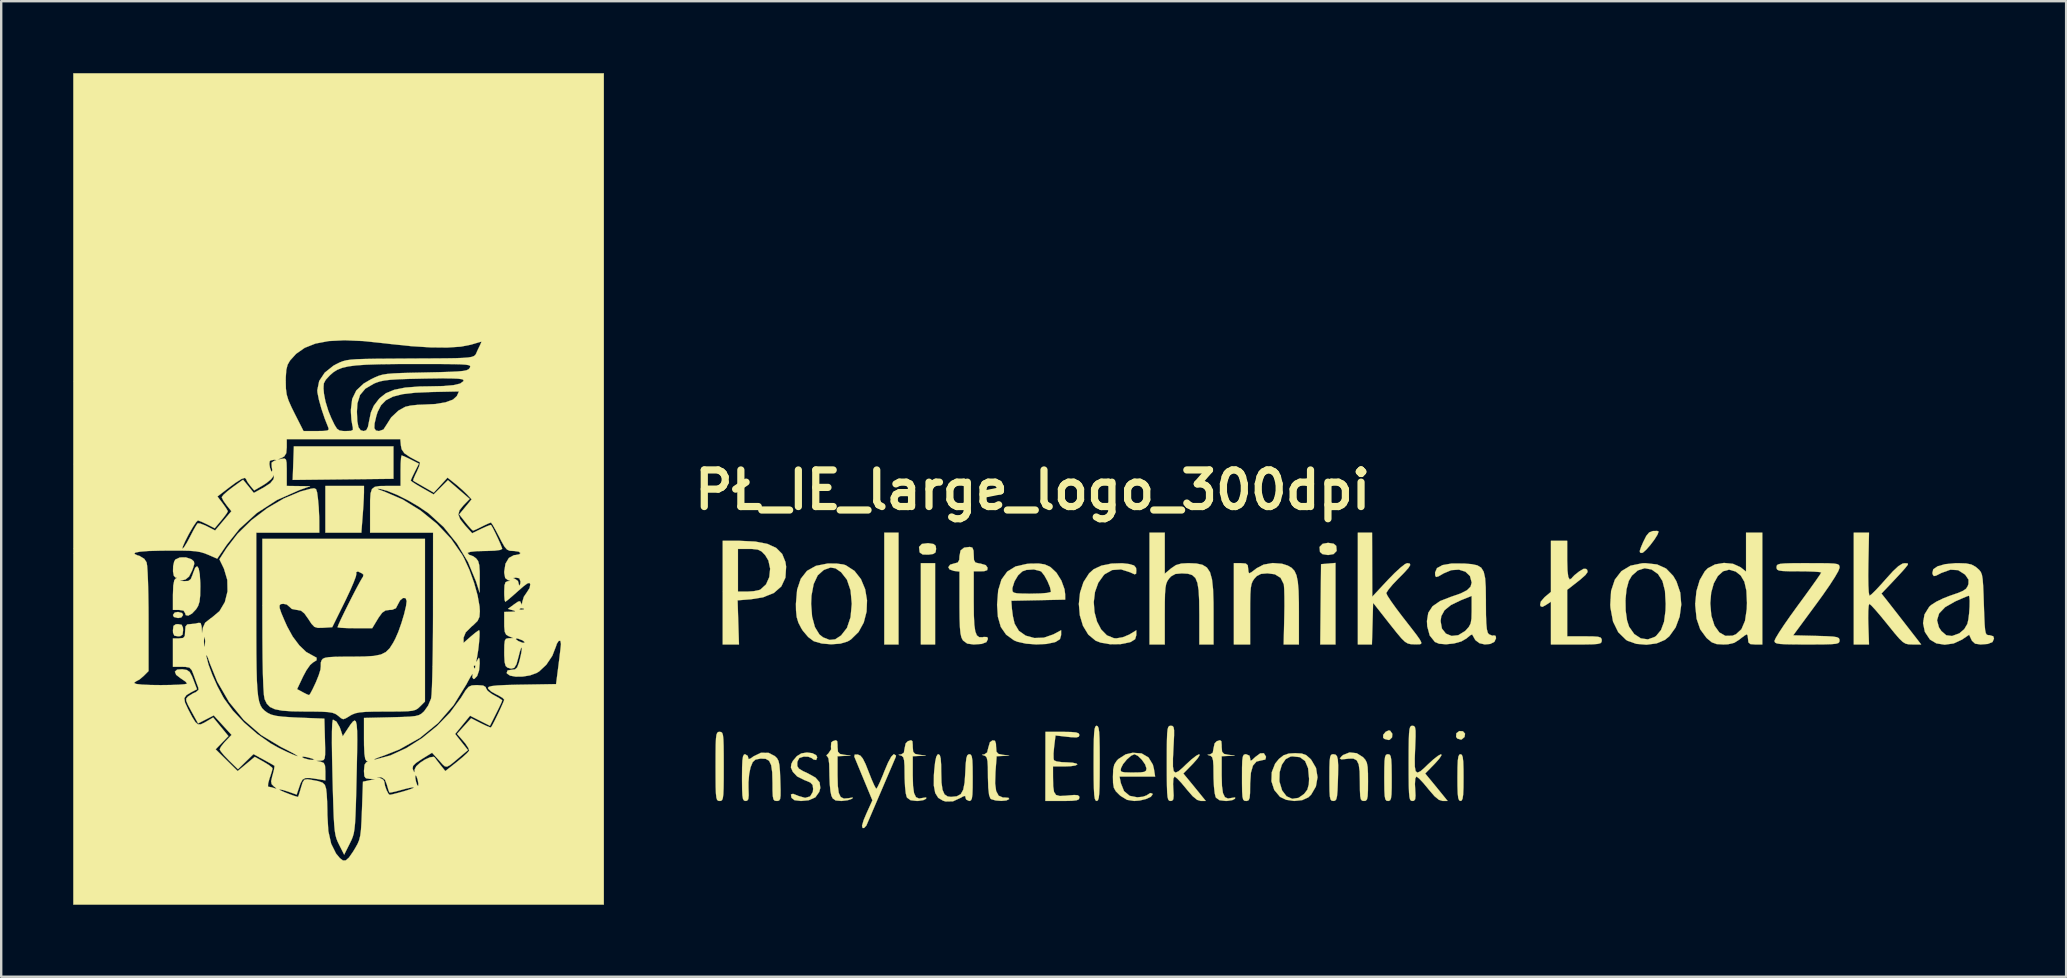
<source format=kicad_pcb>
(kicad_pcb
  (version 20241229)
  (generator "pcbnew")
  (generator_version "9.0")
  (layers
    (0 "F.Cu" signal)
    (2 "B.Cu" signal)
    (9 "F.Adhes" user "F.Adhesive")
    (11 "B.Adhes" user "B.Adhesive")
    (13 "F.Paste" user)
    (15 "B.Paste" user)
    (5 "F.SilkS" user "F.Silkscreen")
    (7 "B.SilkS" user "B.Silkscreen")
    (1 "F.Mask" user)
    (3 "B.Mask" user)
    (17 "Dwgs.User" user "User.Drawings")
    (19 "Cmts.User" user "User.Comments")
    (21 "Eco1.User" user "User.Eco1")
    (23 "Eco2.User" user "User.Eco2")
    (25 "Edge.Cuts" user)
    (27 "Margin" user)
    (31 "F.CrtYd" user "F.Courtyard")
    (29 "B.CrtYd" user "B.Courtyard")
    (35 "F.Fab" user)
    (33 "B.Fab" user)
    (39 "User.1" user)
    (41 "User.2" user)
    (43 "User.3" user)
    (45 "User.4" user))
  (footprint "PŁ_IE_large_logo_300dpi"
    (layer "F.Cu")
    (at 39.968 17.362)
    (property "Reference" "PŁ_IE_large_logo_300dpi" (at 0 0 0) (layer "F.SilkS") (effects (font (size 1.524 1.524) (thickness 0.3))))
    (attr through_hole)
    (fp_poly (pts (xy -5.588 6.435) (xy -6.181 6.435) (xy -6.181 1.778) (xy -5.588 1.778) (xy -5.588 6.435)) (stroke (width 0.01) (type solid)) (fill yes) (layer "F.SilkS"))
    (fp_poly (pts (xy -4.064 6.435) (xy -4.657 6.435) (xy -4.657 3.048) (xy -4.064 3.048) (xy -4.064 6.435)) (stroke (width 0.01) (type solid)) (fill yes) (layer "F.SilkS"))
    (fp_poly (pts (xy 12.615 6.435) (xy 12.298 6.435) (xy 11.98 6.435) (xy 12.014 3.09) (xy 12.615 3.038) (xy 12.615 6.435)) (stroke (width 0.01) (type solid)) (fill yes) (layer "F.SilkS"))
    (fp_poly (pts (xy -26.628 -0.466) (xy -28.727 -0.443) (xy -30.826 -0.42) (xy -30.801 -1.12) (xy -30.776 -1.82) (xy -26.628 -1.82) (xy -26.628 -0.466)) (stroke (width 0.01) (type solid)) (fill yes) (layer "F.SilkS"))
    (fp_poly (pts (xy -35.432 5.124) (xy -35.391 5.207) (xy -35.464 5.309) (xy -35.602 5.334) (xy -35.773 5.29) (xy -35.814 5.207) (xy -35.74 5.105) (xy -35.602 5.08) (xy -35.432 5.124)) (stroke (width 0.01) (type solid)) (fill yes) (layer "F.SilkS"))
    (fp_poly (pts (xy -27.856 0.106) (xy -27.863 0.322) (xy -27.88 0.644) (xy -27.905 1.009) (xy -27.911 1.079) (xy -27.965 1.778) (xy -29.464 1.778) (xy -29.464 -0.169) (xy -27.855 -0.169) (xy -27.856 0.106)) (stroke (width 0.01) (type solid)) (fill yes) (layer "F.SilkS"))
    (fp_poly (pts (xy 17.925 10.051) (xy 18.013 10.152) (xy 17.991 10.289) (xy 17.875 10.389) (xy 17.842 10.398) (xy 17.692 10.355) (xy 17.64 10.285) (xy 17.65 10.132) (xy 17.772 10.042) (xy 17.925 10.051)) (stroke (width 0.01) (type solid)) (fill yes) (layer "F.SilkS"))
    (fp_poly (pts (xy 12.541 2.238) (xy 12.646 2.328) (xy 12.664 2.538) (xy 12.536 2.669) (xy 12.307 2.709) (xy 12.074 2.672) (xy 11.969 2.582) (xy 11.951 2.373) (xy 12.078 2.242) (xy 12.307 2.201) (xy 12.541 2.238)) (stroke (width 0.01) (type solid)) (fill yes) (layer "F.SilkS"))
    (fp_poly (pts (xy 14.893 10.028) (xy 14.983 10.155) (xy 14.971 10.307) (xy 14.871 10.406) (xy 14.822 10.414) (xy 14.657 10.371) (xy 14.6 10.321) (xy 14.604 10.197) (xy 14.704 10.074) (xy 14.835 10.014) (xy 14.893 10.028)) (stroke (width 0.01) (type solid)) (fill yes) (layer "F.SilkS"))
    (fp_poly (pts (xy -35.451 5.615) (xy -35.396 5.732) (xy -35.391 5.842) (xy -35.413 6.024) (xy -35.51 6.09) (xy -35.602 6.096) (xy -35.754 6.069) (xy -35.809 5.952) (xy -35.814 5.842) (xy -35.791 5.66) (xy -35.694 5.594) (xy -35.602 5.588) (xy -35.451 5.615)) (stroke (width 0.01) (type solid)) (fill yes) (layer "F.SilkS"))
    (fp_poly (pts (xy -4.34 2.217) (xy -4.129 2.25) (xy -4.039 2.326) (xy -4.022 2.455) (xy -4.045 2.598) (xy -4.147 2.666) (xy -4.34 2.693) (xy -4.582 2.687) (xy -4.699 2.608) (xy -4.709 2.587) (xy -4.734 2.373) (xy -4.617 2.247) (xy -4.366 2.215) (xy -4.34 2.217)) (stroke (width 0.01) (type solid)) (fill yes) (layer "F.SilkS"))
    (fp_poly (pts (xy 26.077 1.731) (xy 26.027 1.865) (xy 25.9 2.066) (xy 25.734 2.287) (xy 25.564 2.482) (xy 25.427 2.604) (xy 25.38 2.623) (xy 25.304 2.609) (xy 25.29 2.541) (xy 25.342 2.383) (xy 25.428 2.18) (xy 25.561 1.913) (xy 25.682 1.769) (xy 25.825 1.712) (xy 25.85 1.709) (xy 26.016 1.705) (xy 26.077 1.731)) (stroke (width 0.01) (type solid)) (fill yes) (layer "F.SilkS"))
    (fp_poly (pts (xy 17.878 11.033) (xy 17.915 11.128) (xy 17.937 11.32) (xy 17.947 11.634) (xy 17.949 11.98) (xy 17.946 12.408) (xy 17.933 12.693) (xy 17.908 12.861) (xy 17.868 12.939) (xy 17.822 12.954) (xy 17.767 12.928) (xy 17.729 12.832) (xy 17.707 12.641) (xy 17.697 12.327) (xy 17.695 11.98) (xy 17.699 11.553) (xy 17.711 11.268) (xy 17.736 11.1) (xy 17.777 11.022) (xy 17.822 11.007) (xy 17.878 11.033)) (stroke (width 0.01) (type solid)) (fill yes) (layer "F.SilkS"))
    (fp_poly (pts (xy 12.615 11.023) (xy 12.677 11.09) (xy 12.713 11.233) (xy 12.727 11.478) (xy 12.723 11.851) (xy 12.715 12.129) (xy 12.7 12.509) (xy 12.679 12.751) (xy 12.646 12.886) (xy 12.594 12.943) (xy 12.525 12.954) (xy 12.455 12.942) (xy 12.408 12.888) (xy 12.38 12.764) (xy 12.366 12.54) (xy 12.362 12.187) (xy 12.361 11.98) (xy 12.363 11.561) (xy 12.373 11.283) (xy 12.394 11.117) (xy 12.432 11.035) (xy 12.491 11.008) (xy 12.521 11.007) (xy 12.615 11.023)) (stroke (width 0.01) (type solid)) (fill yes) (layer "F.SilkS"))
    (fp_poly (pts (xy 14.866 11.021) (xy 14.91 11.084) (xy 14.937 11.223) (xy 14.951 11.467) (xy 14.956 11.844) (xy 14.957 11.98) (xy 14.956 12.4) (xy 14.948 12.678) (xy 14.927 12.844) (xy 14.889 12.926) (xy 14.831 12.953) (xy 14.804 12.954) (xy 14.736 12.941) (xy 14.692 12.881) (xy 14.665 12.748) (xy 14.652 12.511) (xy 14.648 12.144) (xy 14.647 11.98) (xy 14.65 11.56) (xy 14.659 11.281) (xy 14.681 11.115) (xy 14.719 11.033) (xy 14.778 11.008) (xy 14.8 11.007) (xy 14.866 11.021)) (stroke (width 0.01) (type solid)) (fill yes) (layer "F.SilkS"))
    (fp_poly (pts (xy -12.977 10.083) (xy -12.932 10.121) (xy -12.902 10.214) (xy -12.884 10.385) (xy -12.874 10.658) (xy -12.87 11.056) (xy -12.869 11.515) (xy -12.87 12.039) (xy -12.875 12.418) (xy -12.886 12.675) (xy -12.906 12.833) (xy -12.938 12.916) (xy -12.985 12.949) (xy -13.039 12.954) (xy -13.1 12.946) (xy -13.145 12.908) (xy -13.175 12.815) (xy -13.194 12.644) (xy -13.204 12.371) (xy -13.207 11.973) (xy -13.208 11.515) (xy -13.207 10.99) (xy -13.203 10.612) (xy -13.192 10.355) (xy -13.172 10.197) (xy -13.139 10.113) (xy -13.093 10.08) (xy -13.039 10.075) (xy -12.977 10.083)) (stroke (width 0.01) (type solid)) (fill yes) (layer "F.SilkS"))
    (fp_poly (pts (xy 2.712 9.843) (xy 2.746 9.92) (xy 2.769 10.077) (xy 2.783 10.332) (xy 2.791 10.709) (xy 2.794 11.228) (xy 2.794 11.388) (xy 2.792 11.947) (xy 2.786 12.358) (xy 2.773 12.643) (xy 2.753 12.823) (xy 2.722 12.919) (xy 2.68 12.953) (xy 2.667 12.954) (xy 2.622 12.933) (xy 2.588 12.855) (xy 2.565 12.699) (xy 2.551 12.443) (xy 2.543 12.067) (xy 2.54 11.548) (xy 2.54 11.388) (xy 2.542 10.828) (xy 2.548 10.417) (xy 2.561 10.132) (xy 2.581 9.953) (xy 2.612 9.856) (xy 2.654 9.823) (xy 2.667 9.821) (xy 2.712 9.843)) (stroke (width 0.01) (type solid)) (fill yes) (layer "F.SilkS"))
    (fp_poly (pts (xy 13.499 10.965) (xy 13.762 11.13) (xy 13.86 11.241) (xy 13.921 11.364) (xy 13.954 11.539) (xy 13.968 11.809) (xy 13.97 12.146) (xy 13.967 12.521) (xy 13.955 12.758) (xy 13.927 12.888) (xy 13.877 12.943) (xy 13.801 12.954) (xy 13.722 12.942) (xy 13.672 12.884) (xy 13.645 12.749) (xy 13.633 12.505) (xy 13.631 12.16) (xy 13.621 11.724) (xy 13.583 11.432) (xy 13.501 11.262) (xy 13.364 11.19) (xy 13.157 11.191) (xy 13.08 11.202) (xy 12.859 11.222) (xy 12.794 11.183) (xy 12.883 11.08) (xy 12.933 11.04) (xy 13.202 10.932) (xy 13.499 10.965)) (stroke (width 0.01) (type solid)) (fill yes) (layer "F.SilkS"))
    (fp_poly (pts (xy 9.719 11.107) (xy 9.722 11.12) (xy 9.692 11.229) (xy 9.536 11.261) (xy 9.322 11.313) (xy 9.176 11.481) (xy 9.091 11.78) (xy 9.06 12.224) (xy 9.059 12.296) (xy 9.056 12.627) (xy 9.038 12.824) (xy 8.999 12.921) (xy 8.929 12.952) (xy 8.89 12.954) (xy 8.817 12.944) (xy 8.769 12.894) (xy 8.74 12.775) (xy 8.726 12.56) (xy 8.721 12.218) (xy 8.721 11.98) (xy 8.722 11.562) (xy 8.731 11.284) (xy 8.752 11.119) (xy 8.789 11.036) (xy 8.849 11.009) (xy 8.89 11.007) (xy 9.032 11.067) (xy 9.059 11.172) (xy 9.071 11.27) (xy 9.128 11.259) (xy 9.265 11.132) (xy 9.273 11.124) (xy 9.479 10.971) (xy 9.632 10.966) (xy 9.719 11.107)) (stroke (width 0.01) (type solid)) (fill yes) (layer "F.SilkS"))
    (fp_poly (pts (xy -11.556 2.148) (xy -11.051 2.245) (xy -10.681 2.415) (xy -10.434 2.664) (xy -10.299 2.998) (xy -10.27 3.192) (xy -10.299 3.65) (xy -10.469 4.016) (xy -10.781 4.29) (xy -11.232 4.471) (xy -11.737 4.552) (xy -12.291 4.596) (xy -12.263 5.516) (xy -12.234 6.435) (xy -12.573 6.435) (xy -12.912 6.435) (xy -12.912 2.455) (xy -12.277 2.455) (xy -12.277 4.233) (xy -11.89 4.233) (xy -11.616 4.215) (xy -11.393 4.168) (xy -11.341 4.146) (xy -11.108 3.934) (xy -10.971 3.627) (xy -10.935 3.278) (xy -11.009 2.937) (xy -11.141 2.716) (xy -11.292 2.561) (xy -11.448 2.483) (xy -11.677 2.457) (xy -11.819 2.455) (xy -12.277 2.455) (xy -12.912 2.455) (xy -12.912 2.117) (xy -12.208 2.117) (xy -11.556 2.148)) (stroke (width 0.01) (type solid)) (fill yes) (layer "F.SilkS"))
    (fp_poly (pts (xy 5.503 3.486) (xy 5.764 3.267) (xy 5.967 3.129) (xy 6.193 3.064) (xy 6.489 3.048) (xy 6.819 3.062) (xy 7.073 3.116) (xy 7.259 3.231) (xy 7.388 3.426) (xy 7.47 3.72) (xy 7.515 4.132) (xy 7.533 4.682) (xy 7.535 5.076) (xy 7.535 6.435) (xy 6.943 6.435) (xy 6.943 5.201) (xy 6.937 4.617) (xy 6.914 4.181) (xy 6.864 3.871) (xy 6.78 3.666) (xy 6.65 3.546) (xy 6.467 3.488) (xy 6.222 3.473) (xy 6.208 3.473) (xy 5.943 3.498) (xy 5.765 3.599) (xy 5.679 3.694) (xy 5.61 3.795) (xy 5.562 3.915) (xy 5.531 4.083) (xy 5.513 4.331) (xy 5.505 4.687) (xy 5.503 5.176) (xy 5.503 6.435) (xy 4.868 6.435) (xy 4.868 1.778) (xy 5.503 1.778) (xy 5.503 3.486)) (stroke (width 0.01) (type solid)) (fill yes) (layer "F.SilkS"))
    (fp_poly (pts (xy -1.571 10.445) (xy -1.529 10.568) (xy -1.524 10.699) (xy -1.508 10.901) (xy -1.427 10.993) (xy -1.249 11.03) (xy -0.974 11.064) (xy -1.237 11.078) (xy -1.5 11.091) (xy -1.549 11.746) (xy -1.564 12.218) (xy -1.521 12.542) (xy -1.416 12.735) (xy -1.243 12.81) (xy -1.159 12.811) (xy -1.009 12.823) (xy -0.977 12.874) (xy -1.096 12.933) (xy -1.307 12.952) (xy -1.539 12.934) (xy -1.721 12.881) (xy -1.761 12.852) (xy -1.815 12.707) (xy -1.849 12.409) (xy -1.863 11.971) (xy -1.863 11.927) (xy -1.866 11.542) (xy -1.881 11.294) (xy -1.913 11.152) (xy -1.966 11.084) (xy -2.011 11.065) (xy -2.111 11.033) (xy -2.047 11.019) (xy -2.016 11.016) (xy -1.897 10.933) (xy -1.847 10.732) (xy -1.78 10.505) (xy -1.672 10.43) (xy -1.571 10.445)) (stroke (width 0.01) (type solid)) (fill yes) (layer "F.SilkS"))
    (fp_poly (pts (xy -8.141 10.467) (xy -8.128 10.63) (xy -8.128 10.705) (xy -8.111 10.905) (xy -8.027 10.995) (xy -7.853 11.03) (xy -7.578 11.064) (xy -8.128 11.091) (xy -8.128 11.885) (xy -8.117 12.326) (xy -8.077 12.62) (xy -7.996 12.789) (xy -7.864 12.855) (xy -7.669 12.84) (xy -7.642 12.834) (xy -7.498 12.809) (xy -7.503 12.842) (xy -7.535 12.865) (xy -7.701 12.923) (xy -7.943 12.952) (xy -7.982 12.953) (xy -8.208 12.933) (xy -8.329 12.847) (xy -8.384 12.737) (xy -8.423 12.552) (xy -8.452 12.254) (xy -8.466 11.899) (xy -8.467 11.805) (xy -8.476 11.415) (xy -8.506 11.181) (xy -8.558 11.093) (xy -8.568 11.091) (xy -8.59 11.052) (xy -8.512 10.977) (xy -8.396 10.805) (xy -8.402 10.686) (xy -8.39 10.517) (xy -8.323 10.462) (xy -8.196 10.423) (xy -8.141 10.467)) (stroke (width 0.01) (type solid)) (fill yes) (layer "F.SilkS"))
    (fp_poly (pts (xy 7.86 10.464) (xy 7.874 10.625) (xy 7.874 10.705) (xy 7.891 10.905) (xy 7.975 10.995) (xy 8.149 11.03) (xy 8.424 11.064) (xy 7.874 11.091) (xy 7.874 11.885) (xy 7.886 12.331) (xy 7.928 12.628) (xy 8.009 12.796) (xy 8.137 12.853) (xy 8.304 12.825) (xy 8.433 12.806) (xy 8.43 12.86) (xy 8.315 12.92) (xy 8.102 12.952) (xy 8.041 12.954) (xy 7.783 12.923) (xy 7.639 12.818) (xy 7.623 12.79) (xy 7.584 12.634) (xy 7.553 12.359) (xy 7.537 12.012) (xy 7.535 11.865) (xy 7.531 11.496) (xy 7.514 11.264) (xy 7.478 11.135) (xy 7.418 11.076) (xy 7.387 11.065) (xy 7.283 11.033) (xy 7.343 11.02) (xy 7.387 11.016) (xy 7.502 10.948) (xy 7.535 10.762) (xy 7.58 10.556) (xy 7.669 10.465) (xy 7.803 10.424) (xy 7.86 10.464)) (stroke (width 0.01) (type solid)) (fill yes) (layer "F.SilkS"))
    (fp_poly (pts (xy -5.009 10.464) (xy -4.996 10.625) (xy -4.995 10.705) (xy -4.978 10.905) (xy -4.894 10.995) (xy -4.72 11.03) (xy -4.445 11.064) (xy -4.72 11.078) (xy -4.995 11.091) (xy -4.995 11.885) (xy -4.983 12.331) (xy -4.941 12.628) (xy -4.86 12.796) (xy -4.732 12.853) (xy -4.565 12.825) (xy -4.437 12.806) (xy -4.439 12.86) (xy -4.554 12.92) (xy -4.767 12.952) (xy -4.828 12.954) (xy -5.087 12.923) (xy -5.23 12.818) (xy -5.246 12.79) (xy -5.286 12.634) (xy -5.316 12.359) (xy -5.332 12.012) (xy -5.334 11.865) (xy -5.338 11.496) (xy -5.355 11.264) (xy -5.391 11.135) (xy -5.451 11.076) (xy -5.482 11.065) (xy -5.587 11.033) (xy -5.526 11.02) (xy -5.482 11.016) (xy -5.367 10.948) (xy -5.334 10.762) (xy -5.29 10.556) (xy -5.2 10.465) (xy -5.066 10.424) (xy -5.009 10.464)) (stroke (width 0.01) (type solid)) (fill yes) (layer "F.SilkS"))
    (fp_poly (pts (xy -5.693 11.061) (xy -5.7 11.113) (xy -5.747 11.223) (xy -5.848 11.46) (xy -5.993 11.797) (xy -6.168 12.205) (xy -6.307 12.531) (xy -6.498 12.976) (xy -6.668 13.373) (xy -6.805 13.693) (xy -6.897 13.907) (xy -6.928 13.98) (xy -7.023 14.079) (xy -7.083 14.081) (xy -7.109 13.988) (xy -7.043 13.759) (xy -6.929 13.487) (xy -6.676 12.929) (xy -7.03 12.074) (xy -7.179 11.714) (xy -7.306 11.407) (xy -7.396 11.189) (xy -7.43 11.105) (xy -7.413 11.023) (xy -7.284 11.02) (xy -7.176 11.066) (xy -7.075 11.189) (xy -6.961 11.417) (xy -6.83 11.748) (xy -6.707 12.059) (xy -6.601 12.299) (xy -6.529 12.431) (xy -6.513 12.446) (xy -6.461 12.372) (xy -6.366 12.175) (xy -6.245 11.89) (xy -6.181 11.726) (xy -6.024 11.356) (xy -5.891 11.111) (xy -5.79 11.009) (xy -5.778 11.007) (xy -5.693 11.061)) (stroke (width 0.01) (type solid)) (fill yes) (layer "F.SilkS"))
    (fp_poly (pts (xy -29.002 9.649) (xy -28.868 9.879) (xy -28.817 10.019) (xy -28.74 10.259) (xy -28.53 9.94) (xy -28.411 9.763) (xy -28.316 9.645) (xy -28.245 9.601) (xy -28.193 9.642) (xy -28.16 9.782) (xy -28.141 10.034) (xy -28.136 10.411) (xy -28.142 10.925) (xy -28.155 11.591) (xy -28.163 11.91) (xy -28.179 12.602) (xy -28.194 13.148) (xy -28.21 13.569) (xy -28.228 13.888) (xy -28.252 14.125) (xy -28.282 14.305) (xy -28.323 14.448) (xy -28.375 14.577) (xy -28.442 14.714) (xy -28.449 14.729) (xy -28.681 15.192) (xy -28.893 14.771) (xy -28.955 14.643) (xy -29.004 14.517) (xy -29.043 14.372) (xy -29.073 14.187) (xy -29.096 13.939) (xy -29.116 13.608) (xy -29.132 13.17) (xy -29.149 12.605) (xy -29.166 11.959) (xy -29.184 11.174) (xy -29.192 10.539) (xy -29.19 10.06) (xy -29.178 9.74) (xy -29.157 9.583) (xy -29.145 9.567) (xy -29.002 9.649)) (stroke (width 0.01) (type solid)) (fill yes) (layer "F.SilkS"))
    (fp_poly (pts (xy 11.211 10.979) (xy 11.395 11.046) (xy 11.564 11.194) (xy 11.606 11.241) (xy 11.804 11.579) (xy 11.867 11.965) (xy 11.799 12.35) (xy 11.604 12.687) (xy 11.484 12.804) (xy 11.227 12.92) (xy 10.896 12.954) (xy 10.562 12.906) (xy 10.305 12.783) (xy 10.064 12.495) (xy 9.948 12.138) (xy 9.949 12.104) (xy 10.277 12.104) (xy 10.284 12.16) (xy 10.393 12.52) (xy 10.577 12.759) (xy 10.813 12.865) (xy 11.075 12.825) (xy 11.307 12.662) (xy 11.443 12.483) (xy 11.504 12.262) (xy 11.515 12.03) (xy 11.474 11.59) (xy 11.35 11.292) (xy 11.134 11.13) (xy 10.822 11.096) (xy 10.74 11.105) (xy 10.538 11.213) (xy 10.381 11.444) (xy 10.288 11.755) (xy 10.277 12.104) (xy 9.949 12.104) (xy 9.96 11.757) (xy 10.1 11.401) (xy 10.258 11.205) (xy 10.454 11.051) (xy 10.664 10.98) (xy 10.935 10.964) (xy 11.211 10.979)) (stroke (width 0.01) (type solid)) (fill yes) (layer "F.SilkS"))
    (fp_poly (pts (xy 14.143 3.111) (xy 14.147 4.445) (xy 14.799 3.745) (xy 15.073 3.465) (xy 15.319 3.238) (xy 15.507 3.09) (xy 15.6 3.047) (xy 15.708 3.064) (xy 15.729 3.125) (xy 15.653 3.248) (xy 15.47 3.451) (xy 15.24 3.683) (xy 15.007 3.926) (xy 14.83 4.136) (xy 14.739 4.276) (xy 14.732 4.301) (xy 14.782 4.408) (xy 14.918 4.618) (xy 15.122 4.904) (xy 15.373 5.237) (xy 15.437 5.32) (xy 15.758 5.732) (xy 15.986 6.028) (xy 16.126 6.226) (xy 16.189 6.347) (xy 16.18 6.409) (xy 16.109 6.43) (xy 15.983 6.431) (xy 15.901 6.429) (xy 15.748 6.422) (xy 15.625 6.392) (xy 15.504 6.318) (xy 15.361 6.178) (xy 15.169 5.951) (xy 14.902 5.615) (xy 14.859 5.561) (xy 14.182 4.699) (xy 14.158 5.567) (xy 14.133 6.435) (xy 13.547 6.435) (xy 13.547 1.778) (xy 14.139 1.778) (xy 14.143 3.111)) (stroke (width 0.01) (type solid)) (fill yes) (layer "F.SilkS"))
    (fp_poly (pts (xy 22.267 2.921) (xy 22.279 3.354) (xy 22.313 3.623) (xy 22.372 3.729) (xy 22.456 3.676) (xy 22.477 3.645) (xy 22.575 3.544) (xy 22.749 3.406) (xy 22.768 3.392) (xy 22.947 3.285) (xy 23.056 3.287) (xy 23.101 3.328) (xy 23.117 3.415) (xy 23.029 3.54) (xy 22.82 3.726) (xy 22.729 3.798) (xy 22.267 4.159) (xy 22.267 6.096) (xy 22.987 6.096) (xy 23.337 6.099) (xy 23.551 6.114) (xy 23.661 6.148) (xy 23.702 6.209) (xy 23.707 6.265) (xy 23.697 6.336) (xy 23.65 6.383) (xy 23.537 6.412) (xy 23.332 6.428) (xy 23.007 6.434) (xy 22.648 6.435) (xy 21.59 6.435) (xy 21.59 4.653) (xy 21.389 4.785) (xy 21.239 4.868) (xy 21.167 4.848) (xy 21.139 4.791) (xy 21.168 4.649) (xy 21.322 4.47) (xy 21.34 4.454) (xy 21.59 4.244) (xy 21.59 2.117) (xy 22.267 2.117) (xy 22.267 2.921)) (stroke (width 0.01) (type solid)) (fill yes) (layer "F.SilkS"))
    (fp_poly (pts (xy 1.594 10.081) (xy 1.81 10.1) (xy 1.917 10.139) (xy 1.947 10.204) (xy 1.947 10.207) (xy 1.921 10.278) (xy 1.819 10.307) (xy 1.604 10.297) (xy 1.45 10.282) (xy 0.953 10.225) (xy 0.894 10.699) (xy 0.87 10.974) (xy 0.872 11.183) (xy 0.888 11.259) (xy 0.996 11.307) (xy 1.217 11.338) (xy 1.402 11.345) (xy 1.655 11.359) (xy 1.823 11.396) (xy 1.863 11.43) (xy 1.786 11.475) (xy 1.584 11.506) (xy 1.355 11.515) (xy 0.847 11.515) (xy 0.848 11.959) (xy 0.855 12.338) (xy 0.89 12.577) (xy 0.974 12.704) (xy 1.13 12.747) (xy 1.38 12.735) (xy 1.449 12.728) (xy 1.73 12.705) (xy 1.882 12.715) (xy 1.941 12.766) (xy 1.947 12.815) (xy 1.924 12.884) (xy 1.831 12.926) (xy 1.639 12.947) (xy 1.314 12.954) (xy 1.238 12.954) (xy 0.529 12.954) (xy 0.533 10.075) (xy 1.24 10.075) (xy 1.594 10.081)) (stroke (width 0.01) (type solid)) (fill yes) (layer "F.SilkS"))
    (fp_poly (pts (xy 4.018 3.084) (xy 4.223 3.144) (xy 4.307 3.245) (xy 4.318 3.35) (xy 4.308 3.488) (xy 4.248 3.514) (xy 4.091 3.443) (xy 4.068 3.431) (xy 3.68 3.307) (xy 3.313 3.334) (xy 2.999 3.509) (xy 2.965 3.542) (xy 2.734 3.863) (xy 2.596 4.249) (xy 2.545 4.668) (xy 2.576 5.089) (xy 2.681 5.481) (xy 2.855 5.812) (xy 3.092 6.054) (xy 3.385 6.173) (xy 3.486 6.18) (xy 3.754 6.134) (xy 4.025 6.023) (xy 4.043 6.012) (xy 4.318 5.844) (xy 4.318 6.047) (xy 4.268 6.215) (xy 4.092 6.327) (xy 4.051 6.342) (xy 3.664 6.421) (xy 3.233 6.426) (xy 2.833 6.358) (xy 2.623 6.277) (xy 2.316 6.022) (xy 2.096 5.658) (xy 1.965 5.221) (xy 1.924 4.748) (xy 1.974 4.275) (xy 2.116 3.838) (xy 2.351 3.473) (xy 2.543 3.3) (xy 2.862 3.151) (xy 3.28 3.065) (xy 3.734 3.051) (xy 4.018 3.084)) (stroke (width 0.01) (type solid)) (fill yes) (layer "F.SilkS"))
    (fp_poly (pts (xy 10.386 3.072) (xy 10.628 3.149) (xy 10.788 3.242) (xy 10.907 3.369) (xy 10.991 3.554) (xy 11.046 3.823) (xy 11.077 4.198) (xy 11.09 4.704) (xy 11.091 5.076) (xy 11.091 6.435) (xy 10.774 6.435) (xy 10.456 6.435) (xy 10.482 5.274) (xy 10.489 4.833) (xy 10.487 4.439) (xy 10.479 4.131) (xy 10.465 3.946) (xy 10.461 3.925) (xy 10.329 3.659) (xy 10.09 3.511) (xy 9.779 3.471) (xy 9.512 3.495) (xy 9.335 3.586) (xy 9.235 3.694) (xy 9.166 3.795) (xy 9.118 3.915) (xy 9.087 4.083) (xy 9.069 4.331) (xy 9.061 4.687) (xy 9.059 5.176) (xy 9.059 6.435) (xy 8.382 6.435) (xy 8.382 3.048) (xy 8.678 3.048) (xy 8.879 3.064) (xy 8.961 3.135) (xy 8.975 3.26) (xy 8.992 3.419) (xy 9.026 3.471) (xy 9.118 3.422) (xy 9.281 3.299) (xy 9.329 3.26) (xy 9.622 3.108) (xy 9.997 3.043) (xy 10.386 3.072)) (stroke (width 0.01) (type solid)) (fill yes) (layer "F.SilkS"))
    (fp_poly (pts (xy -9.177 10.964) (xy -9.017 11.047) (xy -8.975 11.135) (xy -9.02 11.249) (xy -9.138 11.223) (xy -9.201 11.169) (xy -9.346 11.111) (xy -9.536 11.106) (xy -9.721 11.163) (xy -9.798 11.31) (xy -9.806 11.365) (xy -9.804 11.503) (xy -9.738 11.606) (xy -9.572 11.708) (xy -9.374 11.799) (xy -9.046 11.981) (xy -8.875 12.179) (xy -8.846 12.413) (xy -8.891 12.577) (xy -9.051 12.802) (xy -9.328 12.924) (xy -9.649 12.954) (xy -9.922 12.922) (xy -10.046 12.825) (xy -10.046 12.823) (xy -10.07 12.684) (xy -9.983 12.656) (xy -9.775 12.736) (xy -9.754 12.747) (xy -9.477 12.825) (xy -9.271 12.765) (xy -9.158 12.578) (xy -9.144 12.45) (xy -9.166 12.289) (xy -9.262 12.186) (xy -9.475 12.096) (xy -9.504 12.086) (xy -9.811 11.932) (xy -9.991 11.741) (xy -10.071 11.559) (xy -10.051 11.408) (xy -9.988 11.283) (xy -9.824 11.089) (xy -9.64 10.974) (xy -9.404 10.935) (xy -9.177 10.964)) (stroke (width 0.01) (type solid)) (fill yes) (layer "F.SilkS"))
    (fp_poly (pts (xy -35.046 2.885) (xy -35.024 2.9) (xy -34.94 2.978) (xy -34.925 3.077) (xy -34.977 3.252) (xy -35.019 3.361) (xy -35.143 3.606) (xy -35.287 3.725) (xy -35.381 3.75) (xy -35.516 3.775) (xy -35.496 3.788) (xy -35.341 3.797) (xy -35.17 3.788) (xy -35.07 3.71) (xy -34.992 3.519) (xy -34.974 3.461) (xy -34.886 3.238) (xy -34.807 3.176) (xy -34.743 3.267) (xy -34.697 3.502) (xy -34.674 3.874) (xy -34.672 4.018) (xy -34.679 4.394) (xy -34.706 4.649) (xy -34.763 4.828) (xy -34.849 4.968) (xy -35.019 5.147) (xy -35.175 5.233) (xy -35.281 5.212) (xy -35.306 5.129) (xy -35.373 5.025) (xy -35.56 4.995) (xy -35.814 4.995) (xy -35.814 4.367) (xy -35.8 3.982) (xy -35.757 3.759) (xy -35.708 3.697) (xy -35.646 3.658) (xy -35.708 3.647) (xy -35.778 3.57) (xy -35.811 3.39) (xy -35.805 3.172) (xy -35.762 2.979) (xy -35.712 2.896) (xy -35.525 2.81) (xy -35.275 2.806) (xy -35.046 2.885)) (stroke (width 0.01) (type solid)) (fill yes) (layer "F.SilkS"))
    (fp_poly (pts (xy -2.51 2.402) (xy -2.463 2.526) (xy -2.455 2.704) (xy -2.444 2.92) (xy -2.383 3.021) (xy -2.231 3.059) (xy -2.181 3.064) (xy -1.954 3.13) (xy -1.878 3.239) (xy -1.893 3.339) (xy -2.014 3.381) (xy -2.153 3.387) (xy -2.455 3.387) (xy -2.455 4.651) (xy -2.45 5.207) (xy -2.43 5.614) (xy -2.39 5.891) (xy -2.324 6.057) (xy -2.226 6.131) (xy -2.092 6.134) (xy -2.033 6.121) (xy -1.892 6.127) (xy -1.863 6.204) (xy -1.926 6.337) (xy -2.125 6.412) (xy -2.457 6.435) (xy -2.724 6.399) (xy -2.894 6.276) (xy -2.916 6.246) (xy -2.969 6.139) (xy -3.006 5.972) (xy -3.03 5.72) (xy -3.043 5.356) (xy -3.048 4.855) (xy -3.048 4.728) (xy -3.048 3.398) (xy -3.281 3.371) (xy -3.46 3.309) (xy -3.514 3.217) (xy -3.438 3.111) (xy -3.281 3.064) (xy -3.12 3.021) (xy -3.057 2.907) (xy -3.048 2.755) (xy -3.004 2.521) (xy -2.856 2.401) (xy -2.618 2.371) (xy -2.51 2.402)) (stroke (width 0.01) (type solid)) (fill yes) (layer "F.SilkS"))
    (fp_poly (pts (xy -2.577 11.026) (xy -2.536 11.102) (xy -2.512 11.263) (xy -2.501 11.536) (xy -2.498 11.949) (xy -2.498 11.98) (xy -2.5 12.401) (xy -2.51 12.681) (xy -2.532 12.847) (xy -2.571 12.929) (xy -2.63 12.953) (xy -2.646 12.954) (xy -2.771 12.894) (xy -2.794 12.825) (xy -2.813 12.743) (xy -2.899 12.765) (xy -2.985 12.816) (xy -3.319 12.969) (xy -3.626 12.975) (xy -3.734 12.943) (xy -3.934 12.823) (xy -4.059 12.621) (xy -4.117 12.313) (xy -4.114 11.875) (xy -4.102 11.709) (xy -4.063 11.336) (xy -4.015 11.111) (xy -3.955 11.014) (xy -3.927 11.007) (xy -3.868 11.046) (xy -3.831 11.182) (xy -3.813 11.441) (xy -3.81 11.732) (xy -3.798 12.183) (xy -3.755 12.49) (xy -3.673 12.677) (xy -3.542 12.766) (xy -3.4 12.785) (xy -3.16 12.76) (xy -2.996 12.67) (xy -2.893 12.487) (xy -2.834 12.187) (xy -2.807 11.776) (xy -2.788 11.405) (xy -2.762 11.174) (xy -2.722 11.052) (xy -2.661 11.009) (xy -2.637 11.007) (xy -2.577 11.026)) (stroke (width 0.01) (type solid)) (fill yes) (layer "F.SilkS"))
    (fp_poly (pts (xy 26.013 3.102) (xy 26.389 3.273) (xy 26.682 3.576) (xy 26.818 3.807) (xy 26.977 4.274) (xy 27.019 4.776) (xy 26.952 5.274) (xy 26.784 5.726) (xy 26.522 6.092) (xy 26.34 6.243) (xy 25.992 6.39) (xy 25.572 6.445) (xy 25.147 6.409) (xy 24.783 6.282) (xy 24.721 6.244) (xy 24.393 5.923) (xy 24.177 5.481) (xy 24.071 4.912) (xy 24.062 4.784) (xy 24.075 4.566) (xy 24.696 4.566) (xy 24.703 5.021) (xy 24.761 5.434) (xy 24.846 5.697) (xy 25.06 6.001) (xy 25.333 6.18) (xy 25.63 6.223) (xy 25.919 6.118) (xy 25.977 6.074) (xy 26.175 5.834) (xy 26.302 5.492) (xy 26.363 5.024) (xy 26.371 4.741) (xy 26.34 4.198) (xy 26.236 3.791) (xy 26.051 3.502) (xy 25.786 3.313) (xy 25.496 3.258) (xy 25.209 3.35) (xy 24.962 3.568) (xy 24.832 3.79) (xy 24.739 4.134) (xy 24.696 4.566) (xy 24.075 4.566) (xy 24.096 4.205) (xy 24.252 3.735) (xy 24.524 3.382) (xy 24.906 3.152) (xy 25.394 3.052) (xy 25.527 3.048) (xy 26.013 3.102)) (stroke (width 0.01) (type solid)) (fill yes) (layer "F.SilkS"))
    (fp_poly (pts (xy 34.813 3.09) (xy 34.808 3.572) (xy 34.813 3.965) (xy 34.828 4.245) (xy 34.852 4.389) (xy 34.864 4.403) (xy 34.948 4.342) (xy 35.115 4.179) (xy 35.338 3.94) (xy 35.526 3.728) (xy 35.834 3.388) (xy 36.064 3.173) (xy 36.233 3.068) (xy 36.314 3.051) (xy 36.452 3.057) (xy 36.46 3.109) (xy 36.359 3.239) (xy 36.221 3.397) (xy 36.01 3.626) (xy 35.78 3.871) (xy 35.359 4.313) (xy 35.612 4.633) (xy 35.771 4.836) (xy 35.999 5.128) (xy 36.261 5.465) (xy 36.439 5.694) (xy 37.013 6.435) (xy 36.647 6.434) (xy 36.492 6.429) (xy 36.368 6.402) (xy 36.247 6.33) (xy 36.103 6.192) (xy 35.909 5.968) (xy 35.64 5.635) (xy 35.602 5.588) (xy 35.342 5.27) (xy 35.117 5.006) (xy 34.948 4.822) (xy 34.858 4.743) (xy 34.854 4.742) (xy 34.826 4.82) (xy 34.81 5.032) (xy 34.806 5.341) (xy 34.811 5.588) (xy 34.84 6.435) (xy 34.523 6.435) (xy 34.205 6.435) (xy 34.205 1.778) (xy 34.523 1.778) (xy 34.84 1.778) (xy 34.813 3.09)) (stroke (width 0.01) (type solid)) (fill yes) (layer "F.SilkS"))
    (fp_poly (pts (xy -11 10.951) (xy -10.741 11.084) (xy -10.649 11.173) (xy -10.588 11.285) (xy -10.55 11.457) (xy -10.527 11.728) (xy -10.512 12.1) (xy -10.501 12.486) (xy -10.502 12.734) (xy -10.521 12.874) (xy -10.564 12.937) (xy -10.635 12.954) (xy -10.66 12.954) (xy -10.745 12.943) (xy -10.797 12.887) (xy -10.825 12.754) (xy -10.836 12.511) (xy -10.837 12.208) (xy -10.849 11.762) (xy -10.893 11.461) (xy -10.98 11.28) (xy -11.123 11.198) (xy -11.332 11.189) (xy -11.349 11.191) (xy -11.545 11.23) (xy -11.66 11.332) (xy -11.75 11.548) (xy -11.753 11.557) (xy -11.81 11.833) (xy -11.839 12.184) (xy -11.838 12.425) (xy -11.829 12.717) (xy -11.846 12.878) (xy -11.897 12.944) (xy -11.959 12.954) (xy -12.023 12.938) (xy -12.066 12.871) (xy -12.091 12.725) (xy -12.103 12.473) (xy -12.107 12.085) (xy -12.107 11.98) (xy -12.104 11.553) (xy -12.091 11.268) (xy -12.066 11.1) (xy -12.026 11.022) (xy -11.98 11.007) (xy -11.87 11.075) (xy -11.853 11.14) (xy -11.832 11.213) (xy -11.744 11.181) (xy -11.63 11.097) (xy -11.321 10.947) (xy -11 10.951)) (stroke (width 0.01) (type solid)) (fill yes) (layer "F.SilkS"))
    (fp_poly (pts (xy -7.889 3.102) (xy -7.789 3.133) (xy -7.423 3.369) (xy -7.153 3.713) (xy -6.978 4.133) (xy -6.9 4.595) (xy -6.919 5.068) (xy -7.036 5.52) (xy -7.253 5.916) (xy -7.569 6.225) (xy -7.711 6.311) (xy -8.01 6.4) (xy -8.393 6.428) (xy -8.784 6.395) (xy -9.109 6.302) (xy -9.127 6.293) (xy -9.352 6.124) (xy -9.573 5.863) (xy -9.635 5.766) (xy -9.76 5.525) (xy -9.829 5.295) (xy -9.858 5.01) (xy -9.862 4.741) (xy -9.229 4.741) (xy -9.188 5.277) (xy -9.071 5.709) (xy -8.885 6.016) (xy -8.732 6.138) (xy -8.457 6.246) (xy -8.226 6.221) (xy -7.98 6.059) (xy -7.735 5.744) (xy -7.586 5.299) (xy -7.535 4.741) (xy -7.586 4.179) (xy -7.737 3.735) (xy -7.98 3.424) (xy -8.214 3.263) (xy -8.42 3.23) (xy -8.671 3.319) (xy -8.714 3.341) (xy -8.955 3.558) (xy -9.123 3.917) (xy -9.214 4.401) (xy -9.229 4.741) (xy -9.862 4.741) (xy -9.812 4.153) (xy -9.66 3.698) (xy -9.401 3.369) (xy -9.031 3.16) (xy -8.544 3.064) (xy -8.536 3.063) (xy -8.188 3.062) (xy -7.889 3.102)) (stroke (width 0.01) (type solid)) (fill yes) (layer "F.SilkS"))
    (fp_poly (pts (xy 4.54 10.974) (xy 4.826 11.142) (xy 5.007 11.44) (xy 5.052 11.62) (xy 5.102 11.938) (xy 3.619 11.938) (xy 3.674 12.213) (xy 3.806 12.543) (xy 4.041 12.74) (xy 4.358 12.802) (xy 4.591 12.778) (xy 4.752 12.72) (xy 4.767 12.708) (xy 4.9 12.623) (xy 4.986 12.646) (xy 4.995 12.686) (xy 4.919 12.783) (xy 4.725 12.872) (xy 4.465 12.935) (xy 4.231 12.954) (xy 3.932 12.908) (xy 3.667 12.746) (xy 3.621 12.707) (xy 3.465 12.552) (xy 3.382 12.404) (xy 3.349 12.201) (xy 3.344 11.947) (xy 3.354 11.68) (xy 3.664 11.68) (xy 3.702 11.737) (xy 3.83 11.762) (xy 4.084 11.769) (xy 4.185 11.769) (xy 4.485 11.764) (xy 4.652 11.741) (xy 4.725 11.689) (xy 4.741 11.596) (xy 4.741 11.595) (xy 4.685 11.43) (xy 4.55 11.237) (xy 4.386 11.076) (xy 4.245 11.007) (xy 4.242 11.007) (xy 4.1 11.07) (xy 3.924 11.225) (xy 3.766 11.418) (xy 3.684 11.578) (xy 3.664 11.68) (xy 3.354 11.68) (xy 3.355 11.639) (xy 3.4 11.439) (xy 3.498 11.285) (xy 3.567 11.211) (xy 3.877 11.012) (xy 4.166 10.946) (xy 4.54 10.974)) (stroke (width 0.01) (type solid)) (fill yes) (layer "F.SilkS"))
    (fp_poly (pts (xy 15.888 9.834) (xy 15.93 9.892) (xy 15.95 10.025) (xy 15.951 10.263) (xy 15.938 10.636) (xy 15.935 10.706) (xy 15.917 11.193) (xy 15.92 11.524) (xy 15.954 11.713) (xy 16.027 11.774) (xy 16.15 11.72) (xy 16.331 11.563) (xy 16.452 11.445) (xy 16.685 11.231) (xy 16.884 11.075) (xy 17.01 11.007) (xy 17.017 11.007) (xy 17.026 11.06) (xy 16.931 11.201) (xy 16.754 11.4) (xy 16.745 11.409) (xy 16.352 11.811) (xy 16.562 12.065) (xy 16.752 12.296) (xy 16.969 12.562) (xy 17.029 12.636) (xy 17.286 12.954) (xy 17.08 12.954) (xy 16.926 12.908) (xy 16.742 12.758) (xy 16.503 12.482) (xy 16.475 12.446) (xy 16.273 12.203) (xy 16.103 12.023) (xy 15.996 11.94) (xy 15.986 11.938) (xy 15.938 12.018) (xy 15.924 12.248) (xy 15.934 12.446) (xy 15.948 12.73) (xy 15.934 12.883) (xy 15.882 12.945) (xy 15.817 12.954) (xy 15.763 12.943) (xy 15.723 12.896) (xy 15.696 12.79) (xy 15.678 12.603) (xy 15.668 12.312) (xy 15.664 11.894) (xy 15.663 11.388) (xy 15.664 10.836) (xy 15.669 10.432) (xy 15.679 10.151) (xy 15.697 9.973) (xy 15.726 9.873) (xy 15.767 9.83) (xy 15.819 9.821) (xy 15.888 9.834)) (stroke (width 0.01) (type solid)) (fill yes) (layer "F.SilkS"))
    (fp_poly (pts (xy 30.395 6.435) (xy 30.099 6.435) (xy 29.899 6.419) (xy 29.817 6.348) (xy 29.803 6.223) (xy 29.785 6.064) (xy 29.751 6.011) (xy 29.66 6.061) (xy 29.496 6.184) (xy 29.449 6.223) (xy 29.226 6.366) (xy 28.965 6.427) (xy 28.772 6.435) (xy 28.489 6.418) (xy 28.291 6.345) (xy 28.096 6.184) (xy 28.067 6.156) (xy 27.81 5.806) (xy 27.658 5.364) (xy 27.602 4.804) (xy 27.602 4.735) (xy 27.603 4.722) (xy 28.227 4.722) (xy 28.27 5.213) (xy 28.276 5.249) (xy 28.404 5.652) (xy 28.603 5.932) (xy 28.857 6.076) (xy 29.148 6.07) (xy 29.299 6.009) (xy 29.526 5.799) (xy 29.675 5.45) (xy 29.748 4.957) (xy 29.756 4.699) (xy 29.733 4.194) (xy 29.649 3.823) (xy 29.496 3.562) (xy 29.285 3.396) (xy 29.01 3.318) (xy 28.759 3.387) (xy 28.543 3.584) (xy 28.375 3.886) (xy 28.266 4.272) (xy 28.227 4.722) (xy 27.603 4.722) (xy 27.651 4.215) (xy 27.788 3.753) (xy 27.999 3.389) (xy 28.123 3.261) (xy 28.428 3.1) (xy 28.8 3.038) (xy 29.174 3.075) (xy 29.483 3.215) (xy 29.495 3.223) (xy 29.718 3.399) (xy 29.718 1.778) (xy 30.395 1.778) (xy 30.395 6.435)) (stroke (width 0.01) (type solid)) (fill yes) (layer "F.SilkS"))
    (fp_poly (pts (xy 5.826 9.831) (xy 5.87 9.882) (xy 5.891 10.003) (xy 5.891 10.224) (xy 5.874 10.576) (xy 5.867 10.702) (xy 5.844 11.19) (xy 5.844 11.523) (xy 5.876 11.713) (xy 5.95 11.774) (xy 6.075 11.718) (xy 6.259 11.56) (xy 6.377 11.445) (xy 6.609 11.231) (xy 6.808 11.075) (xy 6.935 11.007) (xy 6.942 11.007) (xy 6.95 11.06) (xy 6.856 11.201) (xy 6.679 11.4) (xy 6.67 11.409) (xy 6.277 11.811) (xy 6.487 12.065) (xy 6.677 12.296) (xy 6.894 12.562) (xy 6.954 12.636) (xy 7.211 12.954) (xy 7.005 12.954) (xy 6.851 12.908) (xy 6.667 12.758) (xy 6.427 12.482) (xy 6.399 12.446) (xy 6.197 12.203) (xy 6.027 12.023) (xy 5.921 11.94) (xy 5.911 11.938) (xy 5.862 12.018) (xy 5.849 12.248) (xy 5.858 12.446) (xy 5.873 12.73) (xy 5.859 12.883) (xy 5.807 12.945) (xy 5.742 12.954) (xy 5.687 12.943) (xy 5.648 12.896) (xy 5.62 12.79) (xy 5.603 12.603) (xy 5.593 12.312) (xy 5.589 11.894) (xy 5.588 11.388) (xy 5.589 10.837) (xy 5.593 10.433) (xy 5.603 10.153) (xy 5.621 9.975) (xy 5.649 9.875) (xy 5.69 9.832) (xy 5.746 9.821) (xy 5.753 9.821) (xy 5.826 9.831)) (stroke (width 0.01) (type solid)) (fill yes) (layer "F.SilkS"))
    (fp_poly (pts (xy 32.797 3.049) (xy 33.149 3.053) (xy 33.382 3.065) (xy 33.52 3.087) (xy 33.588 3.125) (xy 33.61 3.18) (xy 33.613 3.242) (xy 33.562 3.377) (xy 33.419 3.626) (xy 33.197 3.97) (xy 32.906 4.388) (xy 32.647 4.745) (xy 31.682 6.054) (xy 32.647 6.078) (xy 33.064 6.09) (xy 33.34 6.106) (xy 33.504 6.132) (xy 33.585 6.173) (xy 33.611 6.235) (xy 33.613 6.268) (xy 33.604 6.33) (xy 33.563 6.375) (xy 33.464 6.405) (xy 33.283 6.422) (xy 32.996 6.431) (xy 32.578 6.434) (xy 32.258 6.435) (xy 31.75 6.433) (xy 31.387 6.427) (xy 31.145 6.414) (xy 31 6.391) (xy 30.928 6.356) (xy 30.904 6.305) (xy 30.903 6.283) (xy 30.952 6.171) (xy 31.087 5.946) (xy 31.292 5.634) (xy 31.553 5.259) (xy 31.854 4.842) (xy 31.877 4.811) (xy 32.178 4.4) (xy 32.441 4.035) (xy 32.651 3.74) (xy 32.793 3.534) (xy 32.85 3.441) (xy 32.851 3.438) (xy 32.772 3.417) (xy 32.558 3.401) (xy 32.243 3.39) (xy 31.919 3.387) (xy 31.512 3.385) (xy 31.244 3.375) (xy 31.087 3.353) (xy 31.012 3.313) (xy 30.989 3.249) (xy 30.988 3.217) (xy 30.996 3.153) (xy 31.037 3.108) (xy 31.135 3.078) (xy 31.316 3.06) (xy 31.603 3.051) (xy 32.022 3.048) (xy 32.3 3.048) (xy 32.797 3.049)) (stroke (width 0.01) (type solid)) (fill yes) (layer "F.SilkS"))
    (fp_poly (pts (xy 0.503 3.1) (xy 0.707 3.191) (xy 0.746 3.215) (xy 0.991 3.445) (xy 1.197 3.775) (xy 1.327 4.134) (xy 1.353 4.337) (xy 1.355 4.567) (xy 0.233 4.591) (xy -0.889 4.614) (xy -0.864 4.953) (xy -0.823 5.259) (xy -0.757 5.551) (xy -0.75 5.573) (xy -0.575 5.867) (xy -0.289 6.068) (xy 0.07 6.166) (xy 0.466 6.152) (xy 0.861 6.016) (xy 0.869 6.011) (xy 1.185 5.842) (xy 1.185 6.045) (xy 1.136 6.214) (xy 0.962 6.326) (xy 0.919 6.342) (xy 0.571 6.414) (xy 0.15 6.433) (xy -0.275 6.401) (xy -0.639 6.32) (xy -0.775 6.264) (xy -1.106 6.025) (xy -1.327 5.706) (xy -1.448 5.283) (xy -1.482 4.784) (xy -1.437 4.189) (xy -1.424 4.144) (xy -0.847 4.144) (xy -0.835 4.225) (xy -0.781 4.276) (xy -0.651 4.304) (xy -0.415 4.316) (xy -0.042 4.318) (xy 0.327 4.31) (xy 0.599 4.287) (xy 0.745 4.253) (xy 0.762 4.235) (xy 0.721 4.044) (xy 0.619 3.799) (xy 0.489 3.564) (xy 0.365 3.406) (xy 0.334 3.384) (xy 0.051 3.309) (xy -0.265 3.33) (xy -0.428 3.389) (xy -0.606 3.554) (xy -0.758 3.809) (xy -0.842 4.076) (xy -0.847 4.144) (xy -1.424 4.144) (xy -1.3 3.731) (xy -1.06 3.4) (xy -0.712 3.185) (xy -0.246 3.079) (xy -0.087 3.066) (xy 0.259 3.063) (xy 0.503 3.1)) (stroke (width 0.01) (type solid)) (fill yes) (layer "F.SilkS"))
    (fp_poly (pts (xy 17.967 3.063) (xy 18.287 3.089) (xy 18.522 3.138) (xy 18.685 3.236) (xy 18.789 3.405) (xy 18.848 3.668) (xy 18.874 4.049) (xy 18.881 4.572) (xy 18.881 4.698) (xy 18.884 5.201) (xy 18.897 5.559) (xy 18.92 5.797) (xy 18.957 5.94) (xy 19.004 6.008) (xy 19.148 6.069) (xy 19.216 6.056) (xy 19.286 6.078) (xy 19.304 6.174) (xy 19.234 6.326) (xy 19.06 6.413) (xy 18.835 6.433) (xy 18.612 6.382) (xy 18.446 6.257) (xy 18.424 6.223) (xy 18.341 6.075) (xy 18.309 6.018) (xy 18.241 6.045) (xy 18.101 6.158) (xy 18.075 6.182) (xy 17.856 6.309) (xy 17.551 6.393) (xy 17.223 6.427) (xy 16.932 6.404) (xy 16.757 6.331) (xy 16.54 6.06) (xy 16.437 5.679) (xy 16.425 5.461) (xy 16.993 5.461) (xy 17.049 5.772) (xy 17.215 5.983) (xy 17.454 6.08) (xy 17.731 6.049) (xy 18.009 5.878) (xy 18.041 5.849) (xy 18.172 5.701) (xy 18.247 5.555) (xy 18.28 5.354) (xy 18.288 5.044) (xy 18.288 5.007) (xy 18.288 4.412) (xy 17.843 4.59) (xy 17.428 4.79) (xy 17.161 5.004) (xy 17.023 5.254) (xy 16.993 5.461) (xy 16.425 5.461) (xy 16.425 5.458) (xy 16.481 5.115) (xy 16.659 4.843) (xy 16.975 4.625) (xy 17.409 4.456) (xy 17.824 4.312) (xy 18.093 4.175) (xy 18.241 4.03) (xy 18.288 3.862) (xy 18.288 3.85) (xy 18.217 3.585) (xy 18.029 3.404) (xy 17.758 3.318) (xy 17.44 3.339) (xy 17.122 3.472) (xy 16.91 3.595) (xy 16.804 3.625) (xy 16.768 3.557) (xy 16.764 3.436) (xy 16.843 3.254) (xy 17.073 3.129) (xy 17.445 3.064) (xy 17.951 3.062) (xy 17.967 3.063)) (stroke (width 0.01) (type solid)) (fill yes) (layer "F.SilkS"))
    (fp_poly (pts (xy 38.886 3.059) (xy 39.105 3.104) (xy 39.275 3.196) (xy 39.344 3.252) (xy 39.435 3.334) (xy 39.499 3.419) (xy 39.544 3.535) (xy 39.574 3.711) (xy 39.594 3.977) (xy 39.611 4.361) (xy 39.624 4.755) (xy 39.641 5.249) (xy 39.657 5.598) (xy 39.677 5.828) (xy 39.705 5.962) (xy 39.746 6.027) (xy 39.804 6.047) (xy 39.857 6.047) (xy 40.015 6.092) (xy 40.047 6.186) (xy 39.986 6.332) (xy 39.791 6.412) (xy 39.488 6.435) (xy 39.261 6.402) (xy 39.131 6.283) (xy 39.105 6.232) (xy 39.012 6.029) (xy 38.714 6.232) (xy 38.367 6.392) (xy 37.993 6.444) (xy 37.645 6.389) (xy 37.38 6.23) (xy 37.167 5.911) (xy 37.092 5.547) (xy 37.112 5.424) (xy 37.674 5.424) (xy 37.753 5.723) (xy 37.852 5.873) (xy 38.058 6.051) (xy 38.298 6.082) (xy 38.603 5.972) (xy 38.808 5.797) (xy 38.937 5.578) (xy 38.979 5.393) (xy 39.011 5.137) (xy 39.03 4.861) (xy 39.034 4.613) (xy 39.02 4.446) (xy 38.997 4.403) (xy 38.908 4.435) (xy 38.708 4.519) (xy 38.438 4.638) (xy 38.423 4.645) (xy 38.012 4.88) (xy 37.761 5.141) (xy 37.674 5.424) (xy 37.112 5.424) (xy 37.152 5.184) (xy 37.347 4.868) (xy 37.423 4.797) (xy 37.638 4.657) (xy 37.942 4.51) (xy 38.203 4.409) (xy 38.543 4.291) (xy 38.758 4.2) (xy 38.881 4.114) (xy 38.949 4.01) (xy 38.983 3.917) (xy 38.986 3.735) (xy 38.857 3.544) (xy 38.829 3.515) (xy 38.553 3.339) (xy 38.23 3.32) (xy 37.85 3.457) (xy 37.832 3.467) (xy 37.636 3.567) (xy 37.541 3.586) (xy 37.497 3.523) (xy 37.48 3.46) (xy 37.516 3.303) (xy 37.7 3.177) (xy 38.011 3.09) (xy 38.431 3.05) (xy 38.558 3.048) (xy 38.886 3.059)) (stroke (width 0.01) (type solid)) (fill yes) (layer "F.SilkS"))
    (fp_poly (pts (xy -25.315 8.813) (xy -25.523 9.021) (xy -25.612 9.103) (xy -25.708 9.159) (xy -25.841 9.196) (xy -26.043 9.217) (xy -26.343 9.226) (xy -26.772 9.229) (xy -26.941 9.229) (xy -27.433 9.232) (xy -27.788 9.242) (xy -28.038 9.264) (xy -28.216 9.301) (xy -28.355 9.357) (xy -28.429 9.398) (xy -28.616 9.512) (xy -28.721 9.548) (xy -28.812 9.506) (xy -28.944 9.395) (xy -29.044 9.327) (xy -29.17 9.28) (xy -29.355 9.251) (xy -29.63 9.235) (xy -30.028 9.229) (xy -30.282 9.229) (xy -30.844 9.221) (xy -31.263 9.192) (xy -31.562 9.134) (xy -31.767 9.041) (xy -31.903 8.904) (xy -31.993 8.716) (xy -31.995 8.711) (xy -32.024 8.536) (xy -32.047 8.192) (xy -32.066 7.681) (xy -32.079 7.004) (xy -32.086 6.161) (xy -32.089 5.237) (xy -32.089 4.804) (xy -31.374 4.804) (xy -31.369 4.919) (xy -31.3 5.124) (xy -31.165 5.442) (xy -31.056 5.685) (xy -30.826 6.105) (xy -30.551 6.471) (xy -30.263 6.747) (xy -29.993 6.897) (xy -29.83 6.986) (xy -29.83 7.092) (xy -29.973 7.181) (xy -30.098 7.289) (xy -30.254 7.51) (xy -30.393 7.77) (xy -30.642 8.296) (xy -30.413 8.42) (xy -30.239 8.508) (xy -30.142 8.546) (xy -30.141 8.546) (xy -30.089 8.475) (xy -29.99 8.288) (xy -29.866 8.024) (xy -29.857 8.005) (xy -29.742 7.719) (xy -29.669 7.485) (xy -29.655 7.353) (xy -29.655 7.351) (xy -29.653 7.186) (xy -29.619 7.091) (xy -29.57 7.031) (xy -29.478 6.99) (xy -29.315 6.963) (xy -29.054 6.949) (xy -28.666 6.943) (xy -28.372 6.943) (xy -27.839 6.937) (xy -27.444 6.912) (xy -27.157 6.855) (xy -26.948 6.753) (xy -26.786 6.594) (xy -26.64 6.365) (xy -26.546 6.187) (xy -26.42 5.896) (xy -26.293 5.536) (xy -26.182 5.165) (xy -26.104 4.838) (xy -26.077 4.623) (xy -26.123 4.503) (xy -26.229 4.498) (xy -26.35 4.596) (xy -26.429 4.741) (xy -26.525 4.925) (xy -26.682 4.991) (xy -26.785 4.995) (xy -26.961 5.019) (xy -27.099 5.114) (xy -27.247 5.318) (xy -27.282 5.376) (xy -27.512 5.757) (xy -28.234 5.757) (xy -28.56 5.753) (xy -28.809 5.741) (xy -28.943 5.724) (xy -28.956 5.716) (xy -28.919 5.614) (xy -28.821 5.397) (xy -28.678 5.101) (xy -28.51 4.761) (xy -28.333 4.411) (xy -28.165 4.088) (xy -28.023 3.825) (xy -27.927 3.659) (xy -27.898 3.619) (xy -27.878 3.53) (xy -27.94 3.473) (xy -28.106 3.394) (xy -28.182 3.423) (xy -28.172 3.493) (xy -28.194 3.603) (xy -28.28 3.834) (xy -28.417 4.154) (xy -28.595 4.533) (xy -28.655 4.657) (xy -29.178 5.715) (xy -29.554 5.739) (xy -29.778 5.744) (xy -29.921 5.701) (xy -30.042 5.574) (xy -30.17 5.379) (xy -30.336 5.144) (xy -30.479 5.028) (xy -30.646 4.995) (xy -30.66 4.995) (xy -30.861 4.955) (xy -30.957 4.868) (xy -31.07 4.771) (xy -31.214 4.741) (xy -31.321 4.753) (xy -31.374 4.804) (xy -32.089 4.804) (xy -32.089 2.032) (xy -25.315 2.032) (xy -25.315 8.813)) (stroke (width 0.01) (type solid)) (fill yes) (layer "F.SilkS"))
    (fp_poly (pts (xy -17.865 17.272) (xy -39.963 17.272) (xy -39.963 8.043) (xy -37.423 8.043) (xy -37.341 8.08) (xy -37.108 8.107) (xy -36.74 8.123) (xy -36.322 8.128) (xy -35.913 8.123) (xy -35.572 8.111) (xy -35.333 8.092) (xy -35.225 8.069) (xy -35.222 8.065) (xy -35.288 7.984) (xy -35.45 7.872) (xy -35.476 7.857) (xy -35.679 7.701) (xy -35.733 7.568) (xy -35.641 7.482) (xy -35.424 7.467) (xy -35.236 7.498) (xy -35.117 7.58) (xy -35.021 7.758) (xy -34.966 7.897) (xy -34.813 8.301) (xy -35.054 8.425) (xy -35.256 8.548) (xy -35.339 8.672) (xy -35.314 8.847) (xy -35.19 9.117) (xy -35.189 9.12) (xy -35.011 9.459) (xy -34.881 9.666) (xy -34.772 9.761) (xy -34.656 9.763) (xy -34.506 9.693) (xy -34.442 9.656) (xy -34.138 9.476) (xy -33.82 9.864) (xy -33.502 10.252) (xy -33.768 10.527) (xy -34.035 10.802) (xy -33.576 11.255) (xy -33.117 11.708) (xy -32.404 11.116) (xy -32.035 11.323) (xy -31.822 11.454) (xy -31.689 11.559) (xy -31.665 11.596) (xy -31.691 11.711) (xy -31.757 11.92) (xy -31.789 12.012) (xy -31.848 12.222) (xy -31.854 12.346) (xy -31.838 12.361) (xy -31.702 12.387) (xy -31.609 12.415) (xy -31.503 12.447) (xy -31.531 12.409) (xy -31.61 12.347) (xy -31.703 12.252) (xy -31.723 12.132) (xy -31.677 11.927) (xy -31.66 11.869) (xy -31.603 11.648) (xy -31.583 11.508) (xy -31.588 11.486) (xy -31.676 11.433) (xy -31.865 11.327) (xy -32.04 11.23) (xy -32.234 11.124) (xy -30.438 11.124) (xy -30.353 11.176) (xy -30.131 11.236) (xy -30.014 11.246) (xy -29.921 11.236) (xy -29.981 11.201) (xy -30.057 11.176) (xy -30.256 11.124) (xy -30.395 11.106) (xy -30.438 11.124) (xy -32.234 11.124) (xy -32.457 11.002) (xy -32.781 11.318) (xy -33.105 11.634) (xy -33.486 11.26) (xy -33.685 11.053) (xy -33.822 10.885) (xy -33.867 10.803) (xy -33.813 10.694) (xy -33.677 10.523) (xy -33.619 10.46) (xy -33.372 10.202) (xy -34.113 9.39) (xy -34.439 9.557) (xy -34.766 9.724) (xy -35.045 9.217) (xy -35.189 8.947) (xy -35.258 8.784) (xy -35.258 8.687) (xy -35.198 8.616) (xy -35.167 8.59) (xy -34.97 8.469) (xy -34.855 8.419) (xy -34.746 8.324) (xy -34.758 8.226) (xy -34.821 8.061) (xy -34.91 7.816) (xy -34.942 7.726) (xy -35.03 7.504) (xy -35.127 7.399) (xy -35.295 7.368) (xy -35.441 7.366) (xy -35.814 7.366) (xy -35.814 6.889) (xy -34.426 6.889) (xy -34.422 6.928) (xy -34.333 7.273) (xy -34.173 7.705) (xy -33.965 8.169) (xy -33.731 8.61) (xy -33.685 8.689) (xy -33.323 9.186) (xy -32.847 9.691) (xy -32.302 10.164) (xy -31.736 10.561) (xy -31.415 10.741) (xy -31.097 10.895) (xy -30.832 11.014) (xy -30.658 11.082) (xy -30.618 11.091) (xy -30.649 11.057) (xy -30.805 10.965) (xy -31.061 10.83) (xy -31.32 10.7) (xy -32.139 10.207) (xy -32.86 9.581) (xy -33.473 8.835) (xy -33.968 7.981) (xy -34.263 7.253) (xy -34.351 7.007) (xy -34.408 6.88) (xy -34.426 6.889) (xy -35.814 6.889) (xy -35.814 6.308) (xy -34.523 6.308) (xy -34.516 6.482) (xy -34.497 6.527) (xy -34.486 6.499) (xy -34.47 6.296) (xy -34.484 6.16) (xy -34.506 6.114) (xy -34.52 6.215) (xy -34.523 6.308) (xy -35.814 6.308) (xy -35.814 6.181) (xy -35.56 6.181) (xy -35.389 6.164) (xy -35.319 6.08) (xy -35.306 5.884) (xy -35.29 5.684) (xy -35.219 5.601) (xy -35.101 5.588) (xy -34.882 5.567) (xy -34.763 5.537) (xy -34.662 5.54) (xy -34.62 5.676) (xy -34.616 5.727) (xy -34.603 5.969) (xy -34.568 5.739) (xy -34.471 5.528) (xy -34.232 5.339) (xy -34.2 5.321) (xy -33.874 5.046) (xy -33.651 4.668) (xy -33.54 4.223) (xy -33.549 3.748) (xy -33.687 3.282) (xy -33.703 3.248) (xy -33.878 2.887) (xy -33.578 2.419) (xy -33.119 1.822) (xy -32.545 1.261) (xy -31.891 0.763) (xy -31.196 0.355) (xy -30.498 0.062) (xy -30.076 -0.051) (xy -29.932 -0.072) (xy -29.852 -0.034) (xy -29.808 0.099) (xy -29.774 0.352) (xy -29.741 0.716) (xy -29.722 1.12) (xy -29.719 1.291) (xy -29.718 1.778) (xy -32.343 1.778) (xy -32.343 5.167) (xy -32.342 6.07) (xy -32.339 6.82) (xy -32.331 7.431) (xy -32.318 7.921) (xy -32.296 8.305) (xy -32.265 8.598) (xy -32.222 8.817) (xy -32.166 8.978) (xy -32.094 9.096) (xy -32.005 9.186) (xy -31.897 9.266) (xy -31.867 9.286) (xy -31.723 9.356) (xy -31.52 9.408) (xy -31.225 9.445) (xy -30.808 9.472) (xy -30.569 9.483) (xy -29.506 9.525) (xy -29.482 10.393) (xy -29.473 10.783) (xy -29.475 11.035) (xy -29.494 11.179) (xy -29.537 11.247) (xy -29.609 11.269) (xy -29.652 11.272) (xy -29.845 11.284) (xy -29.654 11.32) (xy -29.533 11.369) (xy -29.478 11.485) (xy -29.464 11.718) (xy -29.464 11.727) (xy -29.464 12.097) (xy -29.782 12.044) (xy -30.103 11.997) (xy -30.301 12) (xy -30.418 12.068) (xy -30.499 12.218) (xy -30.54 12.335) (xy -30.66 12.689) (xy -31.006 12.567) (xy -31.224 12.499) (xy -31.365 12.473) (xy -31.387 12.478) (xy -31.33 12.516) (xy -31.17 12.588) (xy -30.961 12.67) (xy -30.76 12.743) (xy -30.622 12.782) (xy -30.603 12.785) (xy -30.573 12.711) (xy -30.515 12.525) (xy -30.48 12.402) (xy -30.408 12.171) (xy -30.334 12.066) (xy -30.211 12.05) (xy -30.066 12.071) (xy -29.759 12.129) (xy -29.579 12.193) (xy -29.485 12.285) (xy -29.437 12.433) (xy -29.432 12.459) (xy -29.409 12.658) (xy -29.391 12.974) (xy -29.381 13.352) (xy -29.379 13.546) (xy -29.341 14.209) (xy -29.222 14.737) (xy -29.018 15.147) (xy -28.859 15.337) (xy -28.732 15.433) (xy -28.615 15.43) (xy -28.482 15.313) (xy -28.311 15.066) (xy -28.219 14.915) (xy -28.124 14.746) (xy -28.057 14.586) (xy -28.011 14.399) (xy -27.98 14.15) (xy -27.959 13.802) (xy -27.94 13.336) (xy -27.898 12.151) (xy -27.39 12.043) (xy -27.622 12.033) (xy -27.772 12.01) (xy -27.812 11.96) (xy -27.319 11.96) (xy -27.29 11.973) (xy -27.199 11.994) (xy -27.05 12.069) (xy -27.009 12.15) (xy -26.98 12.321) (xy -26.911 12.515) (xy -26.832 12.662) (xy -26.783 12.7) (xy -26.676 12.679) (xy -26.457 12.623) (xy -26.229 12.561) (xy -25.976 12.483) (xy -25.81 12.419) (xy -25.77 12.387) (xy -25.863 12.39) (xy -26.069 12.433) (xy -26.286 12.491) (xy -26.547 12.561) (xy -26.733 12.6) (xy -26.796 12.602) (xy -26.833 12.509) (xy -26.89 12.317) (xy -26.9 12.277) (xy -26.983 12.065) (xy -27.106 11.981) (xy -25.719 11.981) (xy -25.69 12.144) (xy -25.638 12.295) (xy -25.597 12.333) (xy -25.589 12.234) (xy -25.618 12.071) (xy -25.67 11.92) (xy -25.711 11.882) (xy -25.719 11.981) (xy -27.106 11.981) (xy -27.112 11.977) (xy -27.183 11.966) (xy -27.319 11.96) (xy -27.812 11.96) (xy -27.839 11.925) (xy -27.855 11.73) (xy -27.855 11.684) (xy -27.831 11.445) (xy -27.762 11.341) (xy -27.75 11.339) (xy -27.687 11.322) (xy -27.75 11.289) (xy -27.803 11.205) (xy -27.837 10.992) (xy -27.853 10.635) (xy -27.855 10.371) (xy -27.855 9.496) (xy -26.714 9.468) (xy -26.252 9.455) (xy -25.928 9.44) (xy -25.709 9.415) (xy -25.563 9.376) (xy -25.458 9.316) (xy -25.363 9.23) (xy -25.353 9.221) (xy -25.186 8.986) (xy -25.066 8.703) (xy -25.057 8.671) (xy -25.04 8.513) (xy -25.024 8.207) (xy -25.01 7.773) (xy -25.001 7.366) (xy -23.283 7.366) (xy -23.252 7.436) (xy -23.227 7.422) (xy -23.217 7.322) (xy -23.227 7.31) (xy -23.277 7.321) (xy -23.283 7.366) (xy -25.001 7.366) (xy -24.998 7.232) (xy -24.988 6.604) (xy -24.982 5.911) (xy -24.979 5.173) (xy -24.979 5.059) (xy -24.977 1.778) (xy -27.601 1.778) (xy -27.601 0.856) (xy -27.6 0.425) (xy -27.58 0.136) (xy -27.523 -0.04) (xy -27.406 -0.131) (xy -27.208 -0.165) (xy -26.908 -0.169) (xy -26.832 -0.169) (xy -26.331 -0.169) (xy -26.331 -0.804) (xy -26.326 -1.108) (xy -26.311 -1.332) (xy -26.29 -1.437) (xy -26.286 -1.439) (xy -26.189 -1.404) (xy -25.999 -1.315) (xy -25.904 -1.268) (xy -25.568 -1.097) (xy -25.738 -0.763) (xy -25.841 -0.554) (xy -25.901 -0.416) (xy -25.908 -0.392) (xy -25.84 -0.335) (xy -25.663 -0.221) (xy -25.43 -0.085) (xy -24.952 0.185) (xy -24.358 -0.41) (xy -23.905 -0.019) (xy -23.452 0.372) (xy -23.715 0.643) (xy -23.878 0.845) (xy -23.924 1.023) (xy -23.849 1.219) (xy -23.647 1.474) (xy -23.61 1.515) (xy -23.349 1.802) (xy -22.967 1.617) (xy -22.745 1.516) (xy -22.597 1.46) (xy -22.564 1.457) (xy -22.497 1.567) (xy -22.393 1.772) (xy -22.276 2.017) (xy -22.173 2.248) (xy -22.108 2.412) (xy -22.098 2.453) (xy -22.179 2.497) (xy -22.405 2.527) (xy -22.753 2.54) (xy -22.818 2.54) (xy -23.168 2.549) (xy -23.416 2.575) (xy -23.532 2.614) (xy -23.537 2.625) (xy -23.471 2.704) (xy -23.438 2.709) (xy -23.303 2.762) (xy -23.184 2.849) (xy -23.101 2.959) (xy -23.054 3.127) (xy -23.035 3.396) (xy -23.034 3.633) (xy -23.038 4.276) (xy -23.188 3.808) (xy -23.521 3.001) (xy -23.981 2.231) (xy -24.538 1.541) (xy -25.162 0.973) (xy -25.17 0.966) (xy -25.576 0.689) (xy -26.028 0.425) (xy -26.481 0.199) (xy -26.889 0.034) (xy -27.178 -0.044) (xy -27.294 -0.054) (xy -27.252 -0.023) (xy -27.049 0.052) (xy -27.006 0.067) (xy -26.241 0.397) (xy -25.501 0.854) (xy -24.818 1.408) (xy -24.229 2.032) (xy -23.766 2.696) (xy -23.689 2.838) (xy -23.463 3.331) (xy -23.27 3.865) (xy -23.124 4.389) (xy -23.042 4.849) (xy -23.029 5.053) (xy -23.046 5.285) (xy -23.122 5.452) (xy -23.293 5.621) (xy -23.368 5.683) (xy -23.617 5.931) (xy -23.706 6.148) (xy -23.707 6.161) (xy -23.707 6.368) (xy -23.407 6.105) (xy -23.22 5.949) (xy -23.088 5.855) (xy -23.057 5.842) (xy -23.04 5.918) (xy -23.044 6.114) (xy -23.065 6.384) (xy -23.1 6.681) (xy -23.144 6.958) (xy -23.157 7.027) (xy -23.182 7.163) (xy -23.158 7.143) (xy -23.122 7.07) (xy -23.07 6.987) (xy -23.044 7.038) (xy -23.035 7.223) (xy -23.062 7.52) (xy -23.141 7.749) (xy -23.255 7.867) (xy -23.292 7.874) (xy -23.342 7.806) (xy -23.329 7.684) (xy -23.34 7.662) (xy -23.412 7.77) (xy -23.531 7.985) (xy -23.583 8.086) (xy -24.122 8.961) (xy -24.77 9.709) (xy -25.525 10.326) (xy -26.384 10.809) (xy -27.009 11.056) (xy -27.267 11.147) (xy -27.412 11.208) (xy -27.425 11.232) (xy -27.387 11.228) (xy -26.753 11.057) (xy -26.091 10.752) (xy -25.434 10.336) (xy -24.814 9.833) (xy -24.264 9.265) (xy -23.816 8.658) (xy -23.773 8.589) (xy -23.616 8.337) (xy -23.495 8.199) (xy -23.364 8.141) (xy -23.175 8.128) (xy -23.137 8.128) (xy -22.891 8.147) (xy -22.785 8.21) (xy -22.775 8.253) (xy -22.706 8.365) (xy -22.531 8.498) (xy -22.437 8.551) (xy -22.233 8.664) (xy -22.113 8.747) (xy -22.098 8.767) (xy -22.133 8.859) (xy -22.226 9.058) (xy -22.354 9.316) (xy -22.609 9.823) (xy -23.023 9.613) (xy -23.437 9.403) (xy -23.747 9.783) (xy -24.058 10.162) (xy -23.524 10.837) (xy -23.787 11.058) (xy -24.079 11.306) (xy -24.27 11.459) (xy -24.395 11.525) (xy -24.488 11.512) (xy -24.582 11.428) (xy -24.713 11.28) (xy -24.723 11.269) (xy -25.019 10.945) (xy -25.45 11.211) (xy -25.692 11.373) (xy -25.81 11.491) (xy -25.83 11.597) (xy -25.816 11.644) (xy -25.765 11.762) (xy -25.748 11.72) (xy -25.745 11.64) (xy -25.678 11.509) (xy -25.517 11.363) (xy -25.31 11.228) (xy -25.106 11.136) (xy -24.954 11.114) (xy -24.91 11.14) (xy -24.819 11.265) (xy -24.676 11.448) (xy -24.658 11.47) (xy -24.467 11.709) (xy -23.986 11.329) (xy -23.745 11.13) (xy -23.563 10.964) (xy -23.476 10.863) (xy -23.474 10.859) (xy -23.508 10.747) (xy -23.627 10.566) (xy -23.712 10.464) (xy -23.979 10.159) (xy -23.686 9.834) (xy -23.393 9.509) (xy -22.991 9.714) (xy -22.763 9.823) (xy -22.607 9.885) (xy -22.565 9.891) (xy -22.504 9.788) (xy -22.399 9.585) (xy -22.274 9.33) (xy -22.153 9.072) (xy -22.059 8.86) (xy -22.014 8.743) (xy -22.013 8.736) (xy -22.083 8.659) (xy -22.26 8.553) (xy -22.352 8.509) (xy -22.558 8.393) (xy -22.678 8.28) (xy -22.691 8.244) (xy -22.655 8.201) (xy -22.534 8.168) (xy -22.308 8.143) (xy -21.958 8.125) (xy -21.465 8.112) (xy -21.273 8.109) (xy -19.854 8.086) (xy -19.756 7.324) (xy -19.711 6.967) (xy -19.675 6.663) (xy -19.653 6.458) (xy -19.65 6.413) (xy -19.674 6.282) (xy -19.743 6.284) (xy -19.822 6.406) (xy -19.851 6.498) (xy -20.01 6.907) (xy -20.26 7.28) (xy -20.559 7.559) (xy -20.667 7.624) (xy -20.937 7.722) (xy -21.242 7.772) (xy -21.535 7.776) (xy -21.77 7.733) (xy -21.899 7.645) (xy -21.91 7.616) (xy -21.873 7.516) (xy -21.705 7.489) (xy -21.565 7.473) (xy -21.475 7.392) (xy -21.403 7.204) (xy -21.366 7.07) (xy -21.307 6.812) (xy -21.28 6.62) (xy -21.283 6.562) (xy -21.314 6.59) (xy -21.367 6.748) (xy -21.422 6.964) (xy -21.503 7.258) (xy -21.596 7.409) (xy -21.726 7.442) (xy -21.879 7.399) (xy -21.954 7.33) (xy -21.996 7.173) (xy -22.012 6.893) (xy -22.013 6.764) (xy -22.009 6.457) (xy -21.989 6.281) (xy -21.95 6.214) (xy -21.534 6.214) (xy -21.43 6.29) (xy -21.421 6.295) (xy -21.253 6.363) (xy -21.163 6.367) (xy -21.184 6.313) (xy -21.254 6.262) (xy -21.436 6.192) (xy -21.505 6.183) (xy -21.534 6.214) (xy -21.95 6.214) (xy -21.941 6.2) (xy -21.853 6.177) (xy -21.823 6.175) (xy -21.632 6.17) (xy -21.823 6.093) (xy -21.934 6.026) (xy -21.991 5.908) (xy -22.012 5.691) (xy -22.013 5.548) (xy -22.013 5.08) (xy -21.738 5.072) (xy -21.57 5.062) (xy -21.559 5.041) (xy -21.66 5.008) (xy -21.776 4.975) (xy -21.384 4.975) (xy -21.301 4.989) (xy -21.191 4.973) (xy -21.19 4.944) (xy -21.303 4.924) (xy -21.352 4.937) (xy -21.384 4.975) (xy -21.776 4.975) (xy -21.857 4.952) (xy -21.602 4.764) (xy -21.434 4.649) (xy -21.352 4.634) (xy -21.311 4.714) (xy -21.309 4.722) (xy -21.279 4.783) (xy -21.262 4.677) (xy -21.261 4.662) (xy -21.197 4.449) (xy -21.074 4.268) (xy -20.956 4.085) (xy -20.927 3.927) (xy -20.963 3.869) (xy -21.052 3.894) (xy -21.216 4.016) (xy -21.443 4.215) (xy -21.679 4.424) (xy -21.863 4.58) (xy -21.964 4.654) (xy -21.972 4.657) (xy -21.996 4.58) (xy -22.011 4.386) (xy -22.013 4.233) (xy -22.002 3.973) (xy -21.959 3.842) (xy -21.871 3.801) (xy -21.865 3.8) (xy -21.761 3.788) (xy -21.821 3.763) (xy -21.865 3.752) (xy -21.973 3.665) (xy -21.973 3.665) (xy -21.641 3.665) (xy -21.593 3.692) (xy -21.569 3.699) (xy -21.443 3.789) (xy -21.421 3.859) (xy -21.397 3.967) (xy -21.378 3.979) (xy -21.344 3.908) (xy -21.336 3.81) (xy -21.386 3.677) (xy -21.526 3.65) (xy -21.641 3.665) (xy -21.973 3.665) (xy -22.012 3.459) (xy -22.013 3.399) (xy -21.961 3.07) (xy -21.819 2.831) (xy -21.609 2.715) (xy -21.543 2.709) (xy -21.386 2.68) (xy -21.336 2.625) (xy -21.41 2.569) (xy -21.593 2.541) (xy -21.631 2.54) (xy -21.784 2.531) (xy -21.897 2.481) (xy -22.002 2.36) (xy -22.129 2.136) (xy -22.225 1.947) (xy -22.371 1.669) (xy -22.489 1.46) (xy -22.56 1.359) (xy -22.568 1.355) (xy -22.664 1.39) (xy -22.854 1.478) (xy -22.945 1.524) (xy -23.154 1.627) (xy -23.292 1.687) (xy -23.315 1.693) (xy -23.385 1.633) (xy -23.522 1.478) (xy -23.622 1.355) (xy -23.889 1.017) (xy -23.63 0.703) (xy -23.371 0.389) (xy -23.56 0.186) (xy -23.748 0.004) (xy -23.987 -0.205) (xy -24.062 -0.266) (xy -24.375 -0.515) (xy -24.661 -0.203) (xy -24.947 0.109) (xy -25.364 -0.13) (xy -25.595 -0.263) (xy -25.758 -0.358) (xy -25.808 -0.388) (xy -25.789 -0.467) (xy -25.711 -0.647) (xy -25.649 -0.771) (xy -25.556 -0.987) (xy -25.523 -1.131) (xy -25.537 -1.162) (xy -25.651 -1.217) (xy -25.851 -1.324) (xy -25.95 -1.379) (xy -26.177 -1.534) (xy -26.286 -1.697) (xy -26.316 -1.844) (xy -26.342 -2.117) (xy -31.073 -2.117) (xy -31.073 -1.775) (xy -31.094 -1.534) (xy -31.175 -1.401) (xy -31.263 -1.35) (xy -31.454 -1.265) (xy -31.263 -1.302) (xy -31.163 -1.311) (xy -31.106 -1.268) (xy -31.08 -1.137) (xy -31.073 -0.885) (xy -31.073 -0.754) (xy -31.073 -0.169) (xy -30.099 -0.157) (xy -30.541 0.000043) (xy -31.483 0.418) (xy -32.321 0.96) (xy -33.046 1.62) (xy -33.568 2.275) (xy -33.969 2.861) (xy -34.32 2.708) (xy -34.496 2.637) (xy -34.67 2.586) (xy -34.874 2.552) (xy -35.137 2.532) (xy -35.489 2.524) (xy -35.96 2.524) (xy -36.343 2.528) (xy -36.838 2.541) (xy -37.186 2.569) (xy -37.383 2.608) (xy -37.423 2.659) (xy -37.3 2.719) (xy -37.208 2.745) (xy -37.008 2.867) (xy -36.912 3.014) (xy -36.889 3.155) (xy -36.869 3.44) (xy -36.852 3.844) (xy -36.84 4.34) (xy -36.832 4.904) (xy -36.83 5.386) (xy -36.83 7.543) (xy -37.038 7.751) (xy -37.202 7.891) (xy -37.326 7.958) (xy -37.334 7.959) (xy -37.419 8.021) (xy -37.423 8.043) (xy -39.963 8.043) (xy -39.963 2.446) (xy -35.425 2.446) (xy -35.418 2.452) (xy -35.348 2.38) (xy -35.232 2.194) (xy -35.094 1.936) (xy -34.957 1.671) (xy -34.844 1.474) (xy -34.78 1.386) (xy -34.674 1.398) (xy -34.479 1.473) (xy -34.388 1.517) (xy -34.057 1.686) (xy -33.718 1.285) (xy -33.379 0.883) (xy -33.58 0.632) (xy -33.711 0.448) (xy -33.777 0.313) (xy -33.779 0.296) (xy -33.714 0.206) (xy -33.547 0.055) (xy -33.335 -0.109) (xy -32.893 -0.429) (xy -32.668 -0.154) (xy -32.444 0.122) (xy -32.033 -0.103) (xy -31.759 -0.281) (xy -31.627 -0.444) (xy -31.607 -0.524) (xy -31.607 -0.63) (xy -31.635 -0.572) (xy -31.635 -0.571) (xy -31.729 -0.445) (xy -31.922 -0.288) (xy -32.053 -0.203) (xy -32.429 0.017) (xy -32.595 -0.182) (xy -32.713 -0.342) (xy -32.763 -0.445) (xy -32.812 -0.506) (xy -32.957 -0.46) (xy -33.205 -0.303) (xy -33.454 -0.119) (xy -33.959 0.27) (xy -33.744 0.553) (xy -33.61 0.74) (xy -33.534 0.868) (xy -33.528 0.889) (xy -33.578 0.98) (xy -33.706 1.151) (xy -33.801 1.268) (xy -34.074 1.593) (xy -34.39 1.431) (xy -34.603 1.331) (xy -34.752 1.274) (xy -34.777 1.27) (xy -34.847 1.339) (xy -34.971 1.523) (xy -35.125 1.786) (xy -35.167 1.863) (xy -35.307 2.137) (xy -35.398 2.343) (xy -35.425 2.446) (xy -39.963 2.446) (xy -39.963 -1.082) (xy -31.797 -1.082) (xy -31.77 -0.916) (xy -31.72 -0.787) (xy -31.689 -0.762) (xy -31.675 -0.832) (xy -31.699 -0.967) (xy -31.705 -1.138) (xy -31.602 -1.212) (xy -31.502 -1.244) (xy -31.565 -1.258) (xy -31.597 -1.26) (xy -31.744 -1.233) (xy -31.783 -1.2) (xy -31.797 -1.082) (xy -39.963 -1.082) (xy -39.963 -4.534) (xy -31.115 -4.534) (xy -31.108 -4.225) (xy -31.076 -3.979) (xy -31.003 -3.739) (xy -30.875 -3.448) (xy -30.745 -3.186) (xy -30.374 -2.455) (xy -29.825 -2.455) (xy -29.532 -2.46) (xy -29.375 -2.48) (xy -29.323 -2.527) (xy -29.342 -2.603) (xy -29.492 -2.981) (xy -29.628 -3.384) (xy -29.733 -3.761) (xy -29.793 -4.059) (xy -29.8 -4.157) (xy -29.78 -4.255) (xy -29.543 -4.255) (xy -29.523 -4.013) (xy -29.459 -3.683) (xy -29.34 -3.297) (xy -29.22 -3.001) (xy -29.083 -2.717) (xy -28.981 -2.554) (xy -28.876 -2.479) (xy -28.732 -2.457) (xy -28.62 -2.455) (xy -28.403 -2.462) (xy -28.316 -2.505) (xy -28.321 -2.616) (xy -28.339 -2.688) (xy -28.377 -2.914) (xy -28.398 -3.214) (xy -28.399 -3.263) (xy -28.15 -3.263) (xy -28.134 -2.87) (xy -28.086 -2.62) (xy -27.996 -2.49) (xy -27.868 -2.455) (xy -27.76 -2.491) (xy -27.718 -2.573) (xy -27.423 -2.573) (xy -27.358 -2.478) (xy -27.231 -2.455) (xy -27.045 -2.519) (xy -26.928 -2.699) (xy -26.723 -3.023) (xy -26.421 -3.306) (xy -26.135 -3.466) (xy -25.917 -3.516) (xy -25.611 -3.549) (xy -25.399 -3.556) (xy -24.878 -3.581) (xy -24.454 -3.653) (xy -24.15 -3.765) (xy -23.988 -3.912) (xy -23.984 -3.92) (xy -23.899 -4.106) (xy -25.052 -4.082) (xy -25.724 -4.053) (xy -26.25 -3.992) (xy -26.648 -3.89) (xy -26.941 -3.739) (xy -27.147 -3.528) (xy -27.288 -3.25) (xy -27.339 -3.09) (xy -27.415 -2.767) (xy -27.423 -2.573) (xy -27.718 -2.573) (xy -27.691 -2.625) (xy -27.645 -2.857) (xy -27.568 -3.23) (xy -27.447 -3.509) (xy -27.246 -3.774) (xy -27.192 -3.833) (xy -26.939 -4.032) (xy -26.592 -4.175) (xy -26.133 -4.267) (xy -25.54 -4.312) (xy -25.136 -4.318) (xy -24.551 -4.33) (xy -24.125 -4.368) (xy -23.851 -4.433) (xy -23.721 -4.526) (xy -23.707 -4.579) (xy -23.762 -4.613) (xy -23.937 -4.637) (xy -24.242 -4.649) (xy -24.692 -4.651) (xy -25.296 -4.643) (xy -25.379 -4.641) (xy -25.968 -4.628) (xy -26.415 -4.613) (xy -26.749 -4.592) (xy -26.997 -4.563) (xy -27.187 -4.524) (xy -27.347 -4.471) (xy -27.446 -4.429) (xy -27.8 -4.22) (xy -28.02 -3.958) (xy -28.129 -3.608) (xy -28.15 -3.263) (xy -28.399 -3.263) (xy -28.4 -3.35) (xy -28.346 -3.795) (xy -28.175 -4.146) (xy -27.87 -4.433) (xy -27.566 -4.61) (xy -27.395 -4.694) (xy -27.243 -4.757) (xy -27.084 -4.803) (xy -26.888 -4.835) (xy -26.63 -4.857) (xy -26.281 -4.873) (xy -25.813 -4.885) (xy -25.299 -4.896) (xy -24.706 -4.909) (xy -24.259 -4.923) (xy -23.938 -4.939) (xy -23.719 -4.96) (xy -23.58 -4.989) (xy -23.499 -5.028) (xy -23.454 -5.078) (xy -23.447 -5.091) (xy -23.428 -5.137) (xy -23.439 -5.174) (xy -23.498 -5.201) (xy -23.622 -5.221) (xy -23.829 -5.235) (xy -24.137 -5.243) (xy -24.563 -5.247) (xy -25.126 -5.249) (xy -25.732 -5.249) (xy -26.55 -5.247) (xy -27.219 -5.238) (xy -27.756 -5.22) (xy -28.18 -5.191) (xy -28.51 -5.148) (xy -28.765 -5.088) (xy -28.965 -5.009) (xy -29.127 -4.908) (xy -29.27 -4.783) (xy -29.284 -4.769) (xy -29.448 -4.592) (xy -29.528 -4.444) (xy -29.543 -4.255) (xy -29.78 -4.255) (xy -29.722 -4.539) (xy -29.491 -4.888) (xy -29.127 -5.179) (xy -28.998 -5.249) (xy -28.863 -5.315) (xy -28.734 -5.365) (xy -28.589 -5.403) (xy -28.404 -5.43) (xy -28.155 -5.448) (xy -27.819 -5.459) (xy -27.372 -5.467) (xy -26.79 -5.471) (xy -26.458 -5.473) (xy -25.641 -5.478) (xy -24.976 -5.481) (xy -24.448 -5.485) (xy -24.039 -5.491) (xy -23.734 -5.503) (xy -23.515 -5.52) (xy -23.367 -5.545) (xy -23.273 -5.581) (xy -23.216 -5.628) (xy -23.181 -5.689) (xy -23.149 -5.765) (xy -23.114 -5.842) (xy -23.016 -6.044) (xy -22.965 -6.164) (xy -22.964 -6.18) (xy -23.051 -6.157) (xy -23.248 -6.099) (xy -23.403 -6.053) (xy -23.823 -5.971) (xy -24.39 -5.934) (xy -25.084 -5.941) (xy -25.89 -5.992) (xy -26.788 -6.086) (xy -26.94 -6.105) (xy -27.875 -6.204) (xy -28.666 -6.238) (xy -29.329 -6.204) (xy -29.876 -6.1) (xy -30.324 -5.923) (xy -30.684 -5.672) (xy -30.938 -5.391) (xy -31.037 -5.218) (xy -31.092 -5.003) (xy -31.113 -4.692) (xy -31.115 -4.534) (xy -39.963 -4.534) (xy -39.963 -17.357) (xy -17.865 -17.357) (xy -17.865 17.272)) (stroke (width 0.01) (type solid)) (fill yes) (layer "F.SilkS")))
  (gr_rect
    (start -3 -3)
    (end 83.02 37.639)
    (stroke (width 0.1) (type default))
    (fill no)
    (layer "Edge.Cuts")))
</source>
